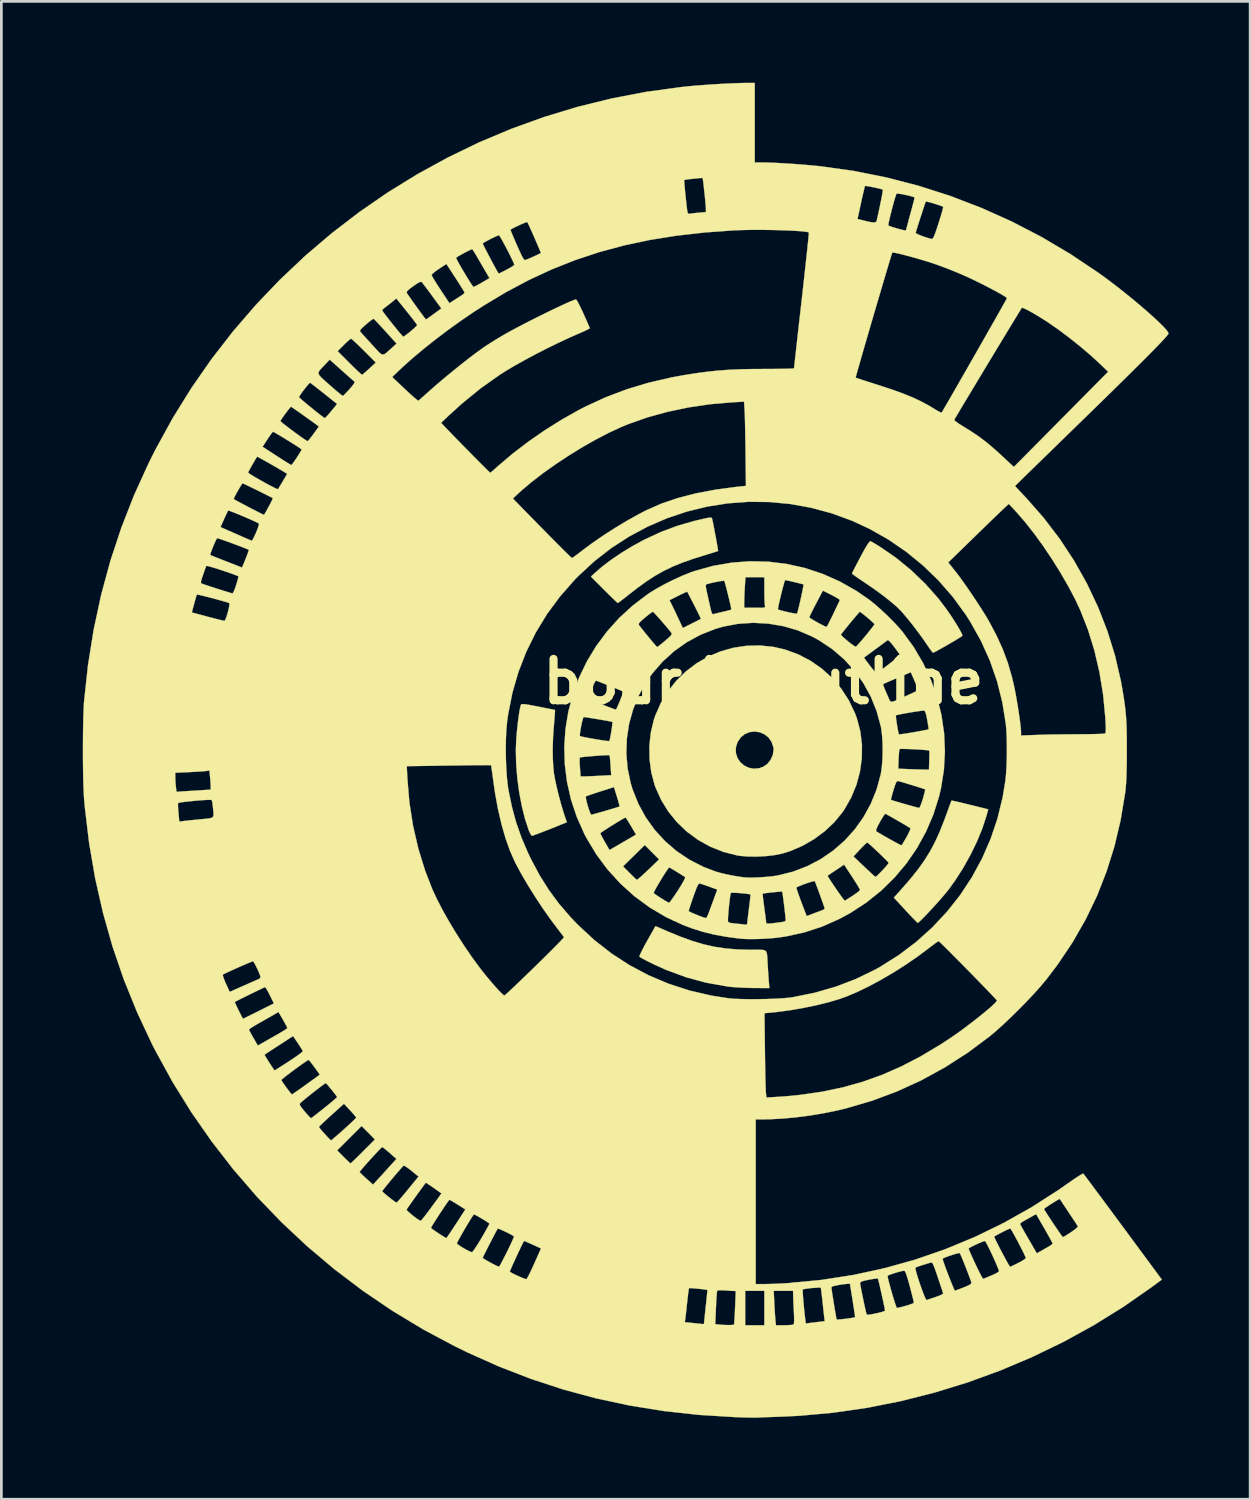
<source format=kicad_pcb>
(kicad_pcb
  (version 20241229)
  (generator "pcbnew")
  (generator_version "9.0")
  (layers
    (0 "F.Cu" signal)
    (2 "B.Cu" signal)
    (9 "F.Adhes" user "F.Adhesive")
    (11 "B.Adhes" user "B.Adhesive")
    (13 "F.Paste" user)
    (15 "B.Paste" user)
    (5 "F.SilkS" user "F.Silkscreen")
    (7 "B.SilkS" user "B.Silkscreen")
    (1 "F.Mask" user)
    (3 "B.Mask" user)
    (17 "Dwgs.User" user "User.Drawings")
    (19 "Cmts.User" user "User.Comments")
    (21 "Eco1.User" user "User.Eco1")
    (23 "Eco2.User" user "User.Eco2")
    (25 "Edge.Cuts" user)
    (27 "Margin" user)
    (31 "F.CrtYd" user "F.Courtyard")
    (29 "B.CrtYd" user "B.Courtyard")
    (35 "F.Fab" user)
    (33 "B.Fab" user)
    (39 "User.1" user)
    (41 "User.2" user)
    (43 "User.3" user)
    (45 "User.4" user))
  (footprint "board-outline"
    (layer "F.Cu")
    (at 24.761 24.568)
    (property "Reference" "board-outline" (at 0.305 -2.515 0) (layer "F.SilkS") (effects (font (size 1.524 1.524) (thickness 0.3))))
    (attr through_hole)
    (fp_poly (pts (xy -3.226 6.684) (xy -2.749 6.88) (xy -2.313 7.038) (xy -1.903 7.161) (xy -1.503 7.251) (xy -1.098 7.312) (xy -0.673 7.349) (xy -0.212 7.363) (xy -0.098 7.363) (xy 0.106 7.362) (xy 0.25 7.364) (xy 0.346 7.38) (xy 0.404 7.42) (xy 0.434 7.495) (xy 0.448 7.614) (xy 0.457 7.788) (xy 0.462 7.892) (xy 0.474 8.083) (xy 0.487 8.281) (xy 0.499 8.455) (xy 0.504 8.519) (xy 0.526 8.774) (xy -0.052 8.771) (xy -0.284 8.766) (xy -0.527 8.756) (xy -0.755 8.742) (xy -0.946 8.725) (xy -1 8.718) (xy -1.78 8.581) (xy -2.537 8.377) (xy -3.274 8.106) (xy -3.703 7.912) (xy -3.882 7.824) (xy -4.038 7.745) (xy -4.16 7.679) (xy -4.238 7.634) (xy -4.26 7.617) (xy -4.251 7.575) (xy -4.211 7.483) (xy -4.147 7.352) (xy -4.062 7.191) (xy -3.976 7.036) (xy -3.669 6.492) (xy -3.226 6.684)) (stroke (width 0.01) (type solid)) (fill yes) (layer "F.SilkS"))
    (fp_poly (pts (xy 7.271 1.873) (xy 7.364 1.893) (xy 7.505 1.925) (xy 7.682 1.967) (xy 7.886 2.017) (xy 7.916 2.025) (xy 8.587 2.191) (xy 8.519 2.437) (xy 8.37 2.892) (xy 8.173 3.373) (xy 7.935 3.863) (xy 7.665 4.347) (xy 7.37 4.808) (xy 7.131 5.139) (xy 7.037 5.256) (xy 6.918 5.398) (xy 6.781 5.555) (xy 6.634 5.719) (xy 6.485 5.881) (xy 6.343 6.034) (xy 6.214 6.168) (xy 6.107 6.275) (xy 6.03 6.346) (xy 5.99 6.373) (xy 5.989 6.373) (xy 5.959 6.348) (xy 5.89 6.278) (xy 5.789 6.174) (xy 5.664 6.042) (xy 5.539 5.907) (xy 5.111 5.443) (xy 5.427 5.089) (xy 5.742 4.725) (xy 6.011 4.388) (xy 6.241 4.065) (xy 6.443 3.739) (xy 6.625 3.397) (xy 6.795 3.023) (xy 6.963 2.602) (xy 7.061 2.336) (xy 7.121 2.169) (xy 7.173 2.028) (xy 7.212 1.925) (xy 7.233 1.872) (xy 7.235 1.868) (xy 7.271 1.873)) (stroke (width 0.01) (type solid)) (fill yes) (layer "F.SilkS"))
    (fp_poly (pts (xy -8.453 -1.678) (xy -8.316 -1.656) (xy -8.124 -1.62) (xy -7.98 -1.592) (xy -7.368 -1.47) (xy -7.375 -1.348) (xy -7.38 -1.266) (xy -7.391 -1.132) (xy -7.404 -0.965) (xy -7.419 -0.793) (xy -7.443 -0.427) (xy -7.454 -0.059) (xy -7.451 0.292) (xy -7.435 0.611) (xy -7.407 0.879) (xy -7.402 0.907) (xy -7.361 1.13) (xy -7.302 1.396) (xy -7.231 1.685) (xy -7.154 1.972) (xy -7.077 2.236) (xy -7.02 2.413) (xy -6.933 2.666) (xy -7.556 2.916) (xy -7.753 2.994) (xy -7.929 3.062) (xy -8.072 3.116) (xy -8.172 3.152) (xy -8.218 3.165) (xy -8.219 3.165) (xy -8.251 3.135) (xy -8.295 3.056) (xy -8.335 2.965) (xy -8.474 2.545) (xy -8.592 2.073) (xy -8.688 1.568) (xy -8.758 1.045) (xy -8.8 0.523) (xy -8.812 0.017) (xy -8.798 -0.371) (xy -8.779 -0.606) (xy -8.756 -0.844) (xy -8.729 -1.073) (xy -8.701 -1.282) (xy -8.673 -1.458) (xy -8.646 -1.589) (xy -8.623 -1.663) (xy -8.62 -1.668) (xy -8.596 -1.683) (xy -8.544 -1.686) (xy -8.453 -1.678)) (stroke (width 0.01) (type solid)) (fill yes) (layer "F.SilkS"))
    (fp_poly (pts (xy -1.619 -8.553) (xy -1.594 -8.538) (xy -1.585 -8.517) (xy -1.57 -8.453) (xy -1.546 -8.34) (xy -1.517 -8.192) (xy -1.485 -8.023) (xy -1.451 -7.846) (xy -1.42 -7.676) (xy -1.394 -7.525) (xy -1.374 -7.408) (xy -1.364 -7.339) (xy -1.364 -7.325) (xy -1.4 -7.312) (xy -1.49 -7.282) (xy -1.624 -7.241) (xy -1.787 -7.191) (xy -1.841 -7.174) (xy -2.291 -7.033) (xy -2.686 -6.893) (xy -3.039 -6.749) (xy -3.365 -6.592) (xy -3.678 -6.415) (xy -3.993 -6.211) (xy -4.323 -5.973) (xy -4.634 -5.731) (xy -4.778 -5.617) (xy -4.902 -5.521) (xy -4.996 -5.45) (xy -5.05 -5.412) (xy -5.058 -5.408) (xy -5.087 -5.431) (xy -5.158 -5.498) (xy -5.263 -5.599) (xy -5.394 -5.727) (xy -5.543 -5.875) (xy -5.561 -5.894) (xy -6.046 -6.38) (xy -5.914 -6.506) (xy -5.632 -6.75) (xy -5.297 -7.003) (xy -4.922 -7.257) (xy -4.522 -7.501) (xy -4.11 -7.726) (xy -4.052 -7.755) (xy -3.462 -8.028) (xy -2.867 -8.25) (xy -2.242 -8.431) (xy -1.91 -8.508) (xy -1.763 -8.539) (xy -1.671 -8.554) (xy -1.619 -8.553)) (stroke (width 0.01) (type solid)) (fill yes) (layer "F.SilkS"))
    (fp_poly (pts (xy 4.254 -7.682) (xy 4.307 -7.655) (xy 4.402 -7.6) (xy 4.526 -7.525) (xy 4.602 -7.478) (xy 5.187 -7.076) (xy 5.746 -6.619) (xy 6.268 -6.118) (xy 6.741 -5.585) (xy 7.032 -5.203) (xy 7.165 -5.013) (xy 7.292 -4.823) (xy 7.407 -4.641) (xy 7.505 -4.479) (xy 7.579 -4.345) (xy 7.625 -4.25) (xy 7.635 -4.204) (xy 7.603 -4.178) (xy 7.521 -4.125) (xy 7.402 -4.052) (xy 7.258 -3.966) (xy 7.101 -3.874) (xy 6.943 -3.784) (xy 6.796 -3.702) (xy 6.674 -3.635) (xy 6.587 -3.591) (xy 6.549 -3.576) (xy 6.524 -3.603) (xy 6.468 -3.678) (xy 6.39 -3.789) (xy 6.302 -3.918) (xy 6.156 -4.128) (xy 5.983 -4.363) (xy 5.799 -4.604) (xy 5.616 -4.832) (xy 5.45 -5.03) (xy 5.369 -5.121) (xy 5.234 -5.255) (xy 5.049 -5.416) (xy 4.826 -5.596) (xy 4.575 -5.786) (xy 4.309 -5.977) (xy 4.044 -6.157) (xy 3.884 -6.264) (xy 3.746 -6.358) (xy 3.642 -6.433) (xy 3.58 -6.481) (xy 3.568 -6.494) (xy 3.584 -6.532) (xy 3.628 -6.621) (xy 3.695 -6.752) (xy 3.781 -6.916) (xy 3.879 -7.101) (xy 3.884 -7.111) (xy 4.001 -7.328) (xy 4.092 -7.488) (xy 4.16 -7.596) (xy 4.209 -7.659) (xy 4.243 -7.683) (xy 4.254 -7.682)) (stroke (width 0.01) (type solid)) (fill yes) (layer "F.SilkS"))
    (fp_poly (pts (xy 0.681 -3.792) (xy 1.101 -3.695) (xy 1.589 -3.517) (xy 2.045 -3.279) (xy 2.465 -2.986) (xy 2.844 -2.641) (xy 3.175 -2.25) (xy 3.456 -1.817) (xy 3.68 -1.348) (xy 3.75 -1.157) (xy 3.876 -0.681) (xy 3.936 -0.191) (xy 3.931 0.305) (xy 3.863 0.799) (xy 3.733 1.284) (xy 3.541 1.751) (xy 3.29 2.193) (xy 3.211 2.308) (xy 2.913 2.67) (xy 2.559 3.002) (xy 2.163 3.294) (xy 1.734 3.54) (xy 1.286 3.731) (xy 0.993 3.821) (xy 0.717 3.877) (xy 0.402 3.914) (xy 0.069 3.931) (xy -0.255 3.929) (xy -0.548 3.905) (xy -0.665 3.887) (xy -1.171 3.758) (xy -1.65 3.567) (xy -2.097 3.319) (xy -2.507 3.019) (xy -2.874 2.669) (xy -3.194 2.276) (xy -3.461 1.843) (xy -3.671 1.374) (xy -3.704 1.282) (xy -3.825 0.825) (xy -3.888 0.344) (xy -3.893 -0.074) (xy -0.711 -0.074) (xy -0.707 0.119) (xy -0.65 0.297) (xy -0.548 0.451) (xy -0.408 0.574) (xy -0.239 0.658) (xy -0.05 0.695) (xy 0.152 0.676) (xy 0.291 0.628) (xy 0.449 0.521) (xy 0.573 0.367) (xy 0.654 0.185) (xy 0.682 -0.007) (xy 0.673 -0.098) (xy 0.605 -0.299) (xy 0.49 -0.459) (xy 0.341 -0.576) (xy 0.169 -0.649) (xy -0.015 -0.675) (xy -0.2 -0.654) (xy -0.373 -0.584) (xy -0.525 -0.464) (xy -0.643 -0.291) (xy -0.652 -0.274) (xy -0.711 -0.074) (xy -3.893 -0.074) (xy -3.894 -0.146) (xy -3.843 -0.63) (xy -3.734 -1.093) (xy -3.68 -1.254) (xy -3.472 -1.727) (xy -3.209 -2.16) (xy -2.898 -2.55) (xy -2.544 -2.894) (xy -2.153 -3.19) (xy -1.729 -3.435) (xy -1.278 -3.625) (xy -0.807 -3.759) (xy -0.319 -3.833) (xy 0.178 -3.845) (xy 0.681 -3.792)) (stroke (width 0.01) (type solid)) (fill yes) (layer "F.SilkS"))
    (fp_poly (pts (xy 0.494 -6.93) (xy 1.172 -6.846) (xy 1.838 -6.697) (xy 2.489 -6.481) (xy 3.121 -6.201) (xy 3.73 -5.856) (xy 4.213 -5.523) (xy 4.413 -5.362) (xy 4.639 -5.163) (xy 4.873 -4.943) (xy 5.098 -4.718) (xy 5.298 -4.504) (xy 5.429 -4.35) (xy 5.84 -3.788) (xy 6.189 -3.195) (xy 6.477 -2.576) (xy 6.703 -1.937) (xy 6.864 -1.282) (xy 6.961 -0.617) (xy 6.991 0.055) (xy 6.955 0.729) (xy 6.85 1.398) (xy 6.775 1.719) (xy 6.566 2.382) (xy 6.294 3.016) (xy 5.963 3.618) (xy 5.574 4.183) (xy 5.132 4.708) (xy 4.64 5.189) (xy 4.099 5.623) (xy 3.514 6.005) (xy 3.109 6.225) (xy 2.471 6.508) (xy 1.814 6.723) (xy 1.135 6.872) (xy 0.781 6.922) (xy 0.541 6.944) (xy 0.277 6.96) (xy 0.009 6.968) (xy -0.243 6.969) (xy -0.457 6.961) (xy -0.56 6.952) (xy -1.061 6.885) (xy -1.511 6.803) (xy -1.926 6.701) (xy -2.323 6.576) (xy -2.654 6.451) (xy -3.032 6.275) (xy -1.001 6.275) (xy -0.998 6.319) (xy -0.98 6.348) (xy -0.935 6.367) (xy -0.849 6.383) (xy -0.708 6.398) (xy -0.674 6.402) (xy -0.529 6.417) (xy -0.41 6.43) (xy -0.337 6.439) (xy -0.321 6.441) (xy -0.296 6.418) (xy -0.293 6.402) (xy -0.288 6.353) (xy -0.276 6.247) (xy -0.258 6.099) (xy -0.236 5.922) (xy -0.227 5.846) (xy -0.204 5.665) (xy -0.186 5.511) (xy -0.174 5.397) (xy -0.168 5.335) (xy -0.169 5.327) (xy -0.21 5.315) (xy -0.303 5.301) (xy -0.324 5.298) (xy 0.278 5.298) (xy 0.28 5.334) (xy 0.289 5.427) (xy 0.306 5.565) (xy 0.328 5.737) (xy 0.34 5.828) (xy 0.365 6.013) (xy 0.386 6.174) (xy 0.401 6.297) (xy 0.41 6.37) (xy 0.411 6.383) (xy 0.428 6.396) (xy 0.484 6.4) (xy 0.586 6.393) (xy 0.742 6.375) (xy 0.96 6.346) (xy 0.975 6.344) (xy 1.073 6.326) (xy 1.117 6.3) (xy 1.127 6.254) (xy 1.125 6.234) (xy 1.105 6.042) (xy 1.083 5.844) (xy 1.06 5.654) (xy 1.038 5.484) (xy 1.019 5.346) (xy 1.005 5.254) (xy 0.997 5.221) (xy 0.959 5.22) (xy 0.87 5.226) (xy 0.748 5.237) (xy 0.611 5.251) (xy 0.477 5.266) (xy 0.365 5.281) (xy 0.294 5.293) (xy 0.278 5.298) (xy -0.324 5.298) (xy -0.428 5.287) (xy -0.567 5.275) (xy -0.701 5.266) (xy -0.811 5.263) (xy -0.88 5.265) (xy -0.892 5.269) (xy -0.905 5.312) (xy -0.921 5.41) (xy -0.939 5.548) (xy -0.957 5.709) (xy -0.974 5.878) (xy -0.988 6.039) (xy -0.998 6.177) (xy -1.001 6.275) (xy -3.032 6.275) (xy -3.29 6.155) (xy -3.662 5.934) (xy -2.447 5.934) (xy -2.416 5.957) (xy -2.337 5.997) (xy -2.225 6.045) (xy -2.099 6.097) (xy -1.976 6.144) (xy -1.873 6.179) (xy -1.807 6.196) (xy -1.806 6.196) (xy -1.782 6.168) (xy -1.743 6.09) (xy -1.705 5.996) (xy -1.658 5.868) (xy -1.597 5.703) (xy -1.533 5.53) (xy -1.511 5.469) (xy -1.393 5.146) (xy -1.604 5.069) (xy 1.522 5.069) (xy 1.529 5.109) (xy 1.557 5.203) (xy 1.604 5.339) (xy 1.664 5.505) (xy 1.703 5.609) (xy 1.899 6.123) (xy 2.134 6.033) (xy 2.267 5.983) (xy 2.388 5.938) (xy 2.466 5.909) (xy 2.535 5.876) (xy 2.563 5.847) (xy 2.551 5.804) (xy 2.52 5.71) (xy 2.475 5.579) (xy 2.42 5.427) (xy 2.362 5.266) (xy 2.305 5.112) (xy 2.255 4.979) (xy 2.217 4.881) (xy 2.196 4.833) (xy 2.194 4.831) (xy 2.156 4.835) (xy 2.07 4.859) (xy 1.953 4.896) (xy 1.824 4.941) (xy 1.699 4.988) (xy 1.596 5.03) (xy 1.533 5.061) (xy 1.522 5.069) (xy -1.604 5.069) (xy -1.684 5.04) (xy -1.823 4.991) (xy -1.943 4.951) (xy -2.022 4.927) (xy -2.038 4.923) (xy -2.066 4.929) (xy -2.097 4.964) (xy -2.135 5.037) (xy -2.183 5.156) (xy -2.247 5.33) (xy -2.274 5.405) (xy -2.335 5.581) (xy -2.386 5.735) (xy -2.424 5.853) (xy -2.444 5.922) (xy -2.447 5.934) (xy -3.662 5.934) (xy -3.889 5.8) (xy -4.447 5.389) (xy -4.574 5.275) (xy -3.736 5.275) (xy -3.687 5.313) (xy -3.599 5.374) (xy -3.489 5.446) (xy -3.374 5.518) (xy -3.271 5.58) (xy -3.197 5.621) (xy -3.17 5.632) (xy -3.14 5.603) (xy -3.079 5.526) (xy -2.996 5.409) (xy -2.898 5.262) (xy -2.838 5.171) (xy -2.734 5.005) (xy -2.652 4.864) (xy -2.597 4.759) (xy -2.575 4.698) (xy -2.577 4.688) (xy -2.677 4.622) (xy -2.797 4.547) (xy -2.92 4.471) (xy -3.032 4.403) (xy -3.117 4.353) (xy -3.161 4.33) (xy -3.163 4.329) (xy -3.191 4.358) (xy -3.245 4.434) (xy -3.319 4.546) (xy -3.404 4.681) (xy -3.493 4.827) (xy -3.578 4.97) (xy -3.652 5.099) (xy -3.706 5.201) (xy -3.734 5.262) (xy -3.736 5.275) (xy -4.574 5.275) (xy -4.961 4.925) (xy -5.429 4.412) (xy -5.519 4.291) (xy -4.863 4.291) (xy -4.617 4.539) (xy -4.512 4.644) (xy -4.426 4.727) (xy -4.371 4.778) (xy -4.357 4.788) (xy -4.325 4.767) (xy -4.258 4.714) (xy -4.215 4.677) (xy -4.135 4.605) (xy -4.022 4.5) (xy -3.893 4.379) (xy -3.812 4.301) (xy -3.536 4.035) (xy -3.8 3.771) (xy -4.064 3.506) (xy -4.464 3.899) (xy -4.863 4.291) (xy -5.519 4.291) (xy -5.846 3.852) (xy -6.209 3.249) (xy -6.289 3.095) (xy -6.3 3.071) (xy -5.699 3.071) (xy -5.684 3.112) (xy -5.64 3.2) (xy -5.576 3.318) (xy -5.532 3.396) (xy -5.361 3.691) (xy -5.253 3.627) (xy -5.181 3.584) (xy -5.063 3.516) (xy -4.918 3.431) (xy -4.765 3.342) (xy -4.385 3.122) (xy -4.46 2.994) (xy -4.575 2.799) (xy -4.66 2.659) (xy -4.718 2.566) (xy -4.755 2.514) (xy -4.774 2.495) (xy -4.776 2.495) (xy -4.816 2.513) (xy -4.902 2.56) (xy -5.02 2.63) (xy -5.157 2.714) (xy -5.302 2.804) (xy -5.441 2.892) (xy -5.562 2.971) (xy -5.651 3.031) (xy -5.696 3.067) (xy -5.699 3.071) (xy -6.3 3.071) (xy -6.569 2.467) (xy -6.782 1.827) (xy -6.797 1.759) (xy -6.235 1.759) (xy -6.219 1.849) (xy -6.189 1.969) (xy -6.152 2.1) (xy -6.112 2.224) (xy -6.074 2.324) (xy -6.044 2.382) (xy -6.034 2.389) (xy -5.991 2.38) (xy -5.894 2.354) (xy -5.754 2.315) (xy -5.584 2.266) (xy -5.504 2.243) (xy -5.328 2.191) (xy -5.177 2.146) (xy -5.064 2.111) (xy -5.001 2.09) (xy -4.992 2.087) (xy -4.997 2.051) (xy -5.019 1.962) (xy -5.055 1.836) (xy -5.089 1.725) (xy -5.198 1.373) (xy -5.701 1.532) (xy -5.88 1.589) (xy -6.034 1.641) (xy -6.152 1.683) (xy -6.221 1.71) (xy -6.232 1.717) (xy -6.235 1.759) (xy -6.797 1.759) (xy -6.928 1.178) (xy -7.01 0.524) (xy -7.013 0.422) (xy -6.463 0.422) (xy -6.458 0.555) (xy -6.452 0.641) (xy -6.427 0.978) (xy -6.294 0.978) (xy -6.207 0.976) (xy -6.068 0.971) (xy -5.899 0.963) (xy -5.731 0.955) (xy -5.3 0.932) (xy -5.324 0.575) (xy -5.335 0.424) (xy -5.346 0.301) (xy -5.355 0.221) (xy -5.359 0.201) (xy -5.396 0.196) (xy -5.488 0.198) (xy -5.621 0.204) (xy -5.78 0.214) (xy -5.95 0.227) (xy -6.117 0.241) (xy -6.265 0.255) (xy -6.38 0.268) (xy -6.446 0.28) (xy -6.457 0.284) (xy -6.463 0.326) (xy -6.463 0.422) (xy -7.013 0.422) (xy -7.02 0.142) (xy -4.742 0.142) (xy -4.694 0.694) (xy -4.579 1.237) (xy -4.511 1.46) (xy -4.296 1.995) (xy -4.022 2.494) (xy -3.693 2.952) (xy -3.312 3.367) (xy -2.884 3.734) (xy -2.412 4.05) (xy -1.9 4.311) (xy -1.459 4.48) (xy -1.272 4.533) (xy -1.039 4.588) (xy -0.784 4.638) (xy -0.53 4.679) (xy -0.401 4.696) (xy -0.262 4.704) (xy -0.073 4.704) (xy 0.145 4.696) (xy 0.373 4.681) (xy 0.589 4.661) (xy 0.775 4.637) (xy 0.799 4.633) (xy 2.672 4.633) (xy 2.685 4.665) (xy 2.731 4.743) (xy 2.802 4.853) (xy 2.89 4.985) (xy 2.986 5.126) (xy 3.082 5.264) (xy 3.17 5.388) (xy 3.243 5.485) (xy 3.291 5.544) (xy 3.305 5.556) (xy 3.343 5.533) (xy 3.425 5.481) (xy 3.537 5.409) (xy 3.598 5.37) (xy 3.716 5.289) (xy 3.808 5.219) (xy 3.86 5.171) (xy 3.867 5.158) (xy 3.848 5.118) (xy 3.797 5.03) (xy 3.721 4.906) (xy 3.625 4.756) (xy 3.573 4.675) (xy 3.279 4.227) (xy 2.983 4.425) (xy 2.857 4.508) (xy 2.754 4.577) (xy 2.689 4.621) (xy 2.672 4.633) (xy 0.799 4.633) (xy 0.835 4.627) (xy 1.394 4.486) (xy 1.924 4.283) (xy 2.42 4.023) (xy 2.564 3.924) (xy 3.623 3.924) (xy 4.019 4.302) (xy 4.156 4.431) (xy 4.276 4.542) (xy 4.368 4.626) (xy 4.425 4.673) (xy 4.437 4.681) (xy 4.469 4.657) (xy 4.537 4.593) (xy 4.631 4.499) (xy 4.695 4.432) (xy 4.794 4.324) (xy 4.87 4.234) (xy 4.914 4.175) (xy 4.919 4.159) (xy 4.889 4.122) (xy 4.818 4.049) (xy 4.719 3.951) (xy 4.603 3.839) (xy 4.479 3.721) (xy 4.359 3.609) (xy 4.255 3.514) (xy 4.176 3.445) (xy 4.135 3.413) (xy 4.132 3.412) (xy 4.097 3.436) (xy 4.026 3.501) (xy 3.931 3.596) (xy 3.863 3.668) (xy 3.623 3.924) (xy 2.564 3.924) (xy 2.879 3.708) (xy 3.297 3.343) (xy 3.618 2.988) (xy 4.456 2.988) (xy 4.46 2.996) (xy 4.502 3.024) (xy 4.59 3.077) (xy 4.711 3.148) (xy 4.853 3.229) (xy 5.001 3.312) (xy 5.142 3.39) (xy 5.262 3.455) (xy 5.349 3.5) (xy 5.387 3.517) (xy 5.412 3.489) (xy 5.462 3.412) (xy 5.529 3.299) (xy 5.577 3.216) (xy 5.647 3.083) (xy 5.696 2.975) (xy 5.718 2.904) (xy 5.716 2.885) (xy 5.672 2.856) (xy 5.583 2.801) (xy 5.461 2.728) (xy 5.32 2.646) (xy 5.173 2.562) (xy 5.034 2.482) (xy 4.915 2.416) (xy 4.83 2.371) (xy 4.792 2.354) (xy 4.792 2.354) (xy 4.765 2.383) (xy 4.713 2.46) (xy 4.644 2.573) (xy 4.596 2.657) (xy 4.509 2.82) (xy 4.462 2.929) (xy 4.456 2.988) (xy 3.618 2.988) (xy 3.669 2.931) (xy 3.992 2.477) (xy 4.262 1.985) (xy 4.32 1.841) (xy 5.003 1.841) (xy 5.04 1.855) (xy 5.13 1.883) (xy 5.259 1.921) (xy 5.413 1.966) (xy 5.576 2.013) (xy 5.734 2.058) (xy 5.874 2.096) (xy 5.979 2.125) (xy 6.036 2.138) (xy 6.04 2.139) (xy 6.066 2.109) (xy 6.104 2.025) (xy 6.148 1.901) (xy 6.178 1.806) (xy 6.218 1.663) (xy 6.248 1.548) (xy 6.263 1.475) (xy 6.263 1.457) (xy 6.226 1.442) (xy 6.136 1.412) (xy 6.008 1.371) (xy 5.856 1.323) (xy 5.695 1.274) (xy 5.54 1.227) (xy 5.406 1.187) (xy 5.307 1.159) (xy 5.261 1.148) (xy 5.229 1.155) (xy 5.197 1.197) (xy 5.161 1.283) (xy 5.114 1.424) (xy 5.096 1.484) (xy 5.054 1.629) (xy 5.022 1.747) (xy 5.005 1.822) (xy 5.003 1.841) (xy 4.32 1.841) (xy 4.476 1.457) (xy 4.628 0.899) (xy 4.63 0.89) (xy 4.66 0.693) (xy 5.271 0.693) (xy 5.548 0.705) (xy 5.731 0.712) (xy 5.938 0.719) (xy 6.114 0.724) (xy 6.403 0.731) (xy 6.414 0.387) (xy 6.418 0.239) (xy 6.419 0.119) (xy 6.418 0.044) (xy 6.415 0.027) (xy 6.377 0.017) (xy 6.283 0.007) (xy 6.149 -0.004) (xy 5.989 -0.015) (xy 5.818 -0.024) (xy 5.652 -0.031) (xy 5.506 -0.035) (xy 5.393 -0.036) (xy 5.33 -0.033) (xy 5.323 -0.03) (xy 5.311 0.013) (xy 5.3 0.111) (xy 5.29 0.246) (xy 5.285 0.343) (xy 5.271 0.693) (xy 4.66 0.693) (xy 4.666 0.655) (xy 4.689 0.373) (xy 4.698 0.067) (xy 4.694 -0.243) (xy 4.676 -0.534) (xy 4.645 -0.784) (xy 4.632 -0.857) (xy 4.53 -1.23) (xy 5.185 -1.23) (xy 5.194 -1.14) (xy 5.211 -1.018) (xy 5.232 -0.882) (xy 5.255 -0.751) (xy 5.277 -0.644) (xy 5.295 -0.579) (xy 5.299 -0.571) (xy 5.335 -0.571) (xy 5.425 -0.583) (xy 5.556 -0.602) (xy 5.713 -0.628) (xy 5.881 -0.656) (xy 6.046 -0.686) (xy 6.194 -0.714) (xy 6.31 -0.737) (xy 6.379 -0.754) (xy 6.392 -0.76) (xy 6.389 -0.796) (xy 6.376 -0.886) (xy 6.355 -1.014) (xy 6.34 -1.103) (xy 6.304 -1.282) (xy 6.27 -1.394) (xy 6.238 -1.444) (xy 6.23 -1.447) (xy 6.176 -1.445) (xy 6.072 -1.432) (xy 5.931 -1.412) (xy 5.769 -1.386) (xy 5.602 -1.357) (xy 5.444 -1.329) (xy 5.312 -1.303) (xy 5.221 -1.282) (xy 5.186 -1.269) (xy 5.185 -1.23) (xy 4.53 -1.23) (xy 4.478 -1.422) (xy 4.263 -1.957) (xy 4.021 -2.398) (xy 4.718 -2.398) (xy 4.738 -2.334) (xy 4.781 -2.225) (xy 4.85 -2.063) (xy 4.896 -1.959) (xy 4.931 -1.876) (xy 4.959 -1.817) (xy 4.99 -1.781) (xy 5.034 -1.771) (xy 5.103 -1.785) (xy 5.205 -1.825) (xy 5.352 -1.89) (xy 5.553 -1.982) (xy 5.561 -1.985) (xy 5.717 -2.057) (xy 5.85 -2.119) (xy 5.945 -2.166) (xy 5.991 -2.191) (xy 5.992 -2.192) (xy 5.989 -2.232) (xy 5.961 -2.321) (xy 5.914 -2.445) (xy 5.875 -2.537) (xy 5.733 -2.859) (xy 5.233 -2.648) (xy 5.059 -2.574) (xy 4.91 -2.51) (xy 4.797 -2.46) (xy 4.731 -2.43) (xy 4.719 -2.424) (xy 4.718 -2.398) (xy 4.021 -2.398) (xy 3.99 -2.456) (xy 3.66 -2.917) (xy 3.279 -3.335) (xy 3.208 -3.396) (xy 4.008 -3.396) (xy 4.229 -3.1) (xy 4.326 -2.977) (xy 4.409 -2.884) (xy 4.467 -2.833) (xy 4.488 -2.827) (xy 4.529 -2.856) (xy 4.614 -2.919) (xy 4.734 -3.008) (xy 4.876 -3.116) (xy 4.937 -3.163) (xy 5.096 -3.288) (xy 5.218 -3.392) (xy 5.297 -3.468) (xy 5.325 -3.512) (xy 5.324 -3.516) (xy 5.294 -3.56) (xy 5.232 -3.646) (xy 5.149 -3.758) (xy 5.109 -3.812) (xy 5 -3.948) (xy 4.923 -4.024) (xy 4.879 -4.038) (xy 4.877 -4.037) (xy 4.836 -4.006) (xy 4.749 -3.942) (xy 4.628 -3.852) (xy 4.483 -3.746) (xy 4.423 -3.701) (xy 4.008 -3.396) (xy 3.208 -3.396) (xy 2.848 -3.706) (xy 2.371 -4.026) (xy 2.091 -4.179) (xy 1.942 -4.243) (xy 3.162 -4.243) (xy 3.188 -4.206) (xy 3.256 -4.14) (xy 3.351 -4.057) (xy 3.458 -3.969) (xy 3.562 -3.889) (xy 3.648 -3.828) (xy 3.701 -3.799) (xy 3.709 -3.798) (xy 3.743 -3.827) (xy 3.812 -3.902) (xy 3.908 -4.011) (xy 4.022 -4.145) (xy 4.071 -4.204) (xy 4.186 -4.347) (xy 4.284 -4.47) (xy 4.356 -4.565) (xy 4.393 -4.62) (xy 4.397 -4.629) (xy 4.372 -4.661) (xy 4.307 -4.723) (xy 4.216 -4.804) (xy 4.112 -4.892) (xy 4.01 -4.975) (xy 3.924 -5.042) (xy 3.867 -5.081) (xy 3.852 -5.085) (xy 3.781 -5.005) (xy 3.687 -4.894) (xy 3.579 -4.766) (xy 3.467 -4.631) (xy 3.361 -4.5) (xy 3.269 -4.386) (xy 3.2 -4.298) (xy 3.165 -4.249) (xy 3.162 -4.243) (xy 1.942 -4.243) (xy 1.577 -4.399) (xy 1.041 -4.556) (xy 0.49 -4.649) (xy -0.067 -4.679) (xy -0.622 -4.643) (xy -1.166 -4.541) (xy -1.477 -4.451) (xy -2.014 -4.237) (xy -2.519 -3.963) (xy -2.985 -3.632) (xy -3.408 -3.248) (xy -3.783 -2.816) (xy -4.008 -2.497) (xy -4.282 -2.008) (xy -4.493 -1.492) (xy -4.641 -0.957) (xy -4.724 -0.41) (xy -4.742 0.142) (xy -7.02 0.142) (xy -7.028 -0.129) (xy -7 -0.527) (xy -6.455 -0.527) (xy -6.45 -0.509) (xy -6.409 -0.495) (xy -6.314 -0.473) (xy -6.179 -0.446) (xy -6.02 -0.417) (xy -5.851 -0.388) (xy -5.688 -0.361) (xy -5.544 -0.34) (xy -5.435 -0.326) (xy -5.376 -0.322) (xy -5.37 -0.324) (xy -5.354 -0.366) (xy -5.333 -0.461) (xy -5.309 -0.594) (xy -5.294 -0.68) (xy -5.273 -0.825) (xy -5.259 -0.942) (xy -5.254 -1.014) (xy -5.255 -1.03) (xy -5.292 -1.039) (xy -5.383 -1.057) (xy -5.515 -1.081) (xy -5.671 -1.109) (xy -5.838 -1.137) (xy -6 -1.163) (xy -6.143 -1.186) (xy -6.252 -1.202) (xy -6.312 -1.208) (xy -6.313 -1.208) (xy -6.332 -1.177) (xy -6.358 -1.093) (xy -6.386 -0.976) (xy -6.413 -0.843) (xy -6.436 -0.711) (xy -6.451 -0.6) (xy -6.455 -0.527) (xy -7 -0.527) (xy -6.983 -0.779) (xy -6.876 -1.42) (xy -6.745 -1.912) (xy -6.146 -1.912) (xy -6.145 -1.897) (xy -6.101 -1.872) (xy -6.008 -1.828) (xy -5.88 -1.772) (xy -5.729 -1.709) (xy -5.57 -1.645) (xy -5.417 -1.585) (xy -5.283 -1.535) (xy -5.182 -1.499) (xy -5.128 -1.484) (xy -5.123 -1.485) (xy -5.1 -1.526) (xy -5.058 -1.617) (xy -5.004 -1.743) (xy -4.971 -1.822) (xy -4.917 -1.957) (xy -4.876 -2.065) (xy -4.855 -2.131) (xy -4.853 -2.145) (xy -4.891 -2.163) (xy -4.98 -2.201) (xy -5.107 -2.254) (xy -5.257 -2.315) (xy -5.416 -2.379) (xy -5.569 -2.44) (xy -5.704 -2.492) (xy -5.805 -2.531) (xy -5.859 -2.549) (xy -5.863 -2.55) (xy -5.888 -2.52) (xy -5.93 -2.441) (xy -5.982 -2.33) (xy -6.037 -2.205) (xy -6.087 -2.082) (xy -6.126 -1.979) (xy -6.146 -1.912) (xy -6.745 -1.912) (xy -6.709 -2.049) (xy -6.483 -2.661) (xy -6.199 -3.251) (xy -5.857 -3.817) (xy -5.46 -4.352) (xy -5.226 -4.613) (xy -4.284 -4.613) (xy -4.272 -4.591) (xy -4.216 -4.517) (xy -4.133 -4.412) (xy -4.034 -4.288) (xy -3.926 -4.157) (xy -3.821 -4.03) (xy -3.728 -3.919) (xy -3.655 -3.835) (xy -3.613 -3.791) (xy -3.608 -3.787) (xy -3.574 -3.807) (xy -3.499 -3.865) (xy -3.395 -3.949) (xy -3.314 -4.017) (xy -3.191 -4.124) (xy -3.115 -4.197) (xy -3.078 -4.246) (xy -3.072 -4.283) (xy -3.088 -4.315) (xy -3.146 -4.39) (xy -3.231 -4.494) (xy -3.334 -4.615) (xy -3.444 -4.743) (xy -3.552 -4.866) (xy -3.648 -4.971) (xy -3.721 -5.049) (xy -3.761 -5.086) (xy -3.765 -5.088) (xy -3.803 -5.067) (xy -3.881 -5.011) (xy -3.987 -4.928) (xy -4.055 -4.871) (xy -4.176 -4.767) (xy -4.248 -4.697) (xy -4.282 -4.649) (xy -4.284 -4.613) (xy -5.226 -4.613) (xy -5.009 -4.854) (xy -4.503 -5.318) (xy -4.247 -5.512) (xy -3.153 -5.512) (xy -3.082 -5.372) (xy -3.038 -5.283) (xy -2.973 -5.149) (xy -2.898 -4.991) (xy -2.836 -4.86) (xy -2.662 -4.488) (xy -2.334 -4.652) (xy -2.197 -4.72) (xy -2.086 -4.777) (xy -2.015 -4.814) (xy -1.996 -4.825) (xy -2.008 -4.856) (xy -2.02 -4.882) (xy 1.998 -4.882) (xy 2.027 -4.855) (xy 2.103 -4.805) (xy 2.209 -4.742) (xy 2.33 -4.674) (xy 2.45 -4.61) (xy 2.551 -4.56) (xy 2.619 -4.531) (xy 2.633 -4.528) (xy 2.654 -4.558) (xy 2.699 -4.641) (xy 2.762 -4.766) (xy 2.839 -4.921) (xy 2.88 -5.007) (xy 2.961 -5.176) (xy 3.031 -5.323) (xy 3.084 -5.436) (xy 3.115 -5.503) (xy 3.121 -5.516) (xy 3.096 -5.543) (xy 3.021 -5.592) (xy 2.907 -5.657) (xy 2.814 -5.705) (xy 2.497 -5.864) (xy 2.247 -5.392) (xy 2.161 -5.225) (xy 2.087 -5.078) (xy 2.032 -4.965) (xy 2.002 -4.896) (xy 1.998 -4.882) (xy -2.02 -4.882) (xy -2.047 -4.937) (xy -2.105 -5.055) (xy -2.176 -5.197) (xy -2.253 -5.35) (xy -2.33 -5.5) (xy -2.4 -5.636) (xy -2.457 -5.744) (xy -2.493 -5.81) (xy -2.502 -5.824) (xy -2.535 -5.814) (xy -2.617 -5.778) (xy -2.734 -5.722) (xy -2.832 -5.674) (xy -3.153 -5.512) (xy -4.247 -5.512) (xy -3.946 -5.74) (xy -3.893 -5.776) (xy -3.64 -5.932) (xy -3.399 -6.065) (xy -1.816 -6.065) (xy -1.811 -5.985) (xy -1.785 -5.848) (xy -1.776 -5.807) (xy -1.735 -5.624) (xy -1.689 -5.42) (xy -1.653 -5.256) (xy -1.619 -5.117) (xy -1.592 -5.035) (xy -1.564 -5.001) (xy -1.535 -4.999) (xy -1.475 -5.015) (xy -1.366 -5.042) (xy -1.23 -5.074) (xy -1.184 -5.085) (xy -1.049 -5.117) (xy -0.944 -5.144) (xy -0.884 -5.162) (xy -0.877 -5.166) (xy -0.879 -5.191) (xy 0.842 -5.191) (xy 0.843 -5.175) (xy 0.887 -5.156) (xy 0.979 -5.129) (xy 1.102 -5.098) (xy 1.237 -5.066) (xy 1.366 -5.039) (xy 1.471 -5.021) (xy 1.534 -5.014) (xy 1.543 -5.016) (xy 1.558 -5.056) (xy 1.584 -5.153) (xy 1.619 -5.293) (xy 1.659 -5.465) (xy 1.68 -5.559) (xy 1.719 -5.741) (xy 1.751 -5.896) (xy 1.773 -6.014) (xy 1.783 -6.081) (xy 1.782 -6.092) (xy 1.745 -6.104) (xy 1.658 -6.127) (xy 1.54 -6.157) (xy 1.407 -6.189) (xy 1.28 -6.218) (xy 1.176 -6.241) (xy 1.115 -6.253) (xy 1.107 -6.254) (xy 1.092 -6.222) (xy 1.065 -6.135) (xy 1.03 -6.008) (xy 0.99 -5.854) (xy 0.949 -5.689) (xy 0.91 -5.525) (xy 0.877 -5.378) (xy 0.853 -5.262) (xy 0.842 -5.191) (xy -0.879 -5.191) (xy -0.88 -5.203) (xy -0.886 -5.231) (xy -0.401 -5.231) (xy -0.009 -5.231) (xy 0.162 -5.231) (xy 0.273 -5.234) (xy 0.337 -5.243) (xy 0.365 -5.258) (xy 0.369 -5.284) (xy 0.362 -5.31) (xy 0.354 -5.374) (xy 0.348 -5.493) (xy 0.343 -5.65) (xy 0.341 -5.832) (xy 0.341 -5.875) (xy 0.34 -6.36) (xy -0.355 -6.36) (xy -0.378 -6.016) (xy -0.388 -5.835) (xy -0.396 -5.651) (xy -0.4 -5.495) (xy -0.401 -5.451) (xy -0.401 -5.231) (xy -0.886 -5.231) (xy -0.898 -5.294) (xy -0.927 -5.424) (xy -0.963 -5.579) (xy -1.004 -5.744) (xy -1.044 -5.905) (xy -1.082 -6.047) (xy -1.113 -6.156) (xy -1.134 -6.218) (xy -1.138 -6.225) (xy -1.177 -6.226) (xy -1.267 -6.215) (xy -1.389 -6.193) (xy -1.525 -6.166) (xy -1.657 -6.136) (xy -1.767 -6.106) (xy -1.799 -6.096) (xy -1.816 -6.065) (xy -3.399 -6.065) (xy -3.341 -6.097) (xy -3.019 -6.259) (xy -2.695 -6.407) (xy -2.392 -6.53) (xy -2.238 -6.585) (xy -1.56 -6.774) (xy -0.875 -6.894) (xy -0.189 -6.946) (xy 0.494 -6.93)) (stroke (width 0.01) (type solid)) (fill yes) (layer "F.SilkS"))
    (fp_poly (pts (xy -0.013 -21.635) (xy 0.246 -21.635) (xy 0.463 -21.631) (xy 0.735 -21.621) (xy 1.044 -21.604) (xy 1.376 -21.583) (xy 1.713 -21.558) (xy 2.04 -21.53) (xy 2.341 -21.501) (xy 2.437 -21.491) (xy 3.648 -21.32) (xy 4.845 -21.081) (xy 6.027 -20.774) (xy 7.192 -20.401) (xy 8.335 -19.962) (xy 9.454 -19.459) (xy 10.546 -18.893) (xy 11.609 -18.264) (xy 12.639 -17.575) (xy 12.834 -17.435) (xy 13.105 -17.234) (xy 13.382 -17.021) (xy 13.659 -16.801) (xy 13.93 -16.58) (xy 14.191 -16.362) (xy 14.435 -16.151) (xy 14.656 -15.954) (xy 14.849 -15.774) (xy 15.009 -15.618) (xy 15.129 -15.489) (xy 15.203 -15.394) (xy 15.227 -15.339) (xy 15.212 -15.307) (xy 15.164 -15.245) (xy 15.082 -15.152) (xy 14.966 -15.026) (xy 14.812 -14.866) (xy 14.621 -14.67) (xy 14.39 -14.437) (xy 14.118 -14.165) (xy 13.803 -13.853) (xy 13.444 -13.499) (xy 13.04 -13.102) (xy 12.588 -12.66) (xy 12.088 -12.172) (xy 11.717 -11.811) (xy 11.429 -11.53) (xy 11.149 -11.257) (xy 10.882 -10.997) (xy 10.633 -10.755) (xy 10.408 -10.535) (xy 10.212 -10.344) (xy 10.05 -10.187) (xy 9.929 -10.068) (xy 9.852 -9.993) (xy 9.851 -9.991) (xy 9.572 -9.717) (xy 9.982 -9.282) (xy 10.627 -8.548) (xy 11.216 -7.776) (xy 11.748 -6.968) (xy 12.219 -6.13) (xy 12.629 -5.264) (xy 12.976 -4.374) (xy 13.258 -3.465) (xy 13.472 -2.539) (xy 13.53 -2.215) (xy 13.576 -1.931) (xy 13.613 -1.681) (xy 13.641 -1.451) (xy 13.661 -1.226) (xy 13.676 -0.992) (xy 13.685 -0.736) (xy 13.69 -0.442) (xy 13.691 -0.097) (xy 13.691 0.043) (xy 13.689 0.412) (xy 13.684 0.721) (xy 13.677 0.981) (xy 13.666 1.202) (xy 13.651 1.395) (xy 13.632 1.57) (xy 13.628 1.595) (xy 13.463 2.589) (xy 13.236 3.55) (xy 12.945 4.479) (xy 12.592 5.379) (xy 12.174 6.248) (xy 11.692 7.09) (xy 11.145 7.905) (xy 10.726 8.457) (xy 10.521 8.702) (xy 10.275 8.977) (xy 9.999 9.27) (xy 9.707 9.568) (xy 9.41 9.86) (xy 9.121 10.132) (xy 8.852 10.374) (xy 8.63 10.559) (xy 7.822 11.161) (xy 6.985 11.698) (xy 6.121 12.171) (xy 5.231 12.579) (xy 4.316 12.921) (xy 3.377 13.197) (xy 2.992 13.29) (xy 2.505 13.388) (xy 1.997 13.472) (xy 1.488 13.537) (xy 0.998 13.582) (xy 0.546 13.605) (xy 0.384 13.607) (xy 0.023 13.607) (xy 0.023 19.675) (xy 0.367 19.675) (xy 0.534 19.672) (xy 0.746 19.665) (xy 0.978 19.654) (xy 1.175 19.643) (xy 3.868 19.643) (xy 3.875 19.694) (xy 3.894 19.799) (xy 3.922 19.944) (xy 3.956 20.112) (xy 3.992 20.289) (xy 4.028 20.459) (xy 4.061 20.609) (xy 4.087 20.722) (xy 4.1 20.771) (xy 4.114 20.795) (xy 4.147 20.805) (xy 4.212 20.801) (xy 4.323 20.782) (xy 4.45 20.756) (xy 4.593 20.724) (xy 4.706 20.692) (xy 4.773 20.667) (xy 4.785 20.656) (xy 4.778 20.607) (xy 4.758 20.505) (xy 4.729 20.365) (xy 4.694 20.2) (xy 4.655 20.025) (xy 4.616 19.852) (xy 4.581 19.697) (xy 4.551 19.573) (xy 4.53 19.493) (xy 4.523 19.472) (xy 4.483 19.47) (xy 4.39 19.481) (xy 4.261 19.502) (xy 4.187 19.516) (xy 4.032 19.548) (xy 3.936 19.576) (xy 3.885 19.603) (xy 3.868 19.635) (xy 3.868 19.643) (xy 1.175 19.643) (xy 1.204 19.641) (xy 1.24 19.639) (xy 2.434 19.524) (xy 3.385 19.377) (xy 4.878 19.377) (xy 4.894 19.461) (xy 4.924 19.587) (xy 4.966 19.743) (xy 5.014 19.915) (xy 5.064 20.09) (xy 5.114 20.254) (xy 5.159 20.395) (xy 5.195 20.498) (xy 5.218 20.552) (xy 5.223 20.557) (xy 5.273 20.547) (xy 5.372 20.524) (xy 5.503 20.489) (xy 5.554 20.475) (xy 5.686 20.435) (xy 5.788 20.398) (xy 5.843 20.369) (xy 5.849 20.361) (xy 5.84 20.318) (xy 5.817 20.218) (xy 5.78 20.074) (xy 5.735 19.898) (xy 5.697 19.754) (xy 5.635 19.528) (xy 5.585 19.365) (xy 5.546 19.257) (xy 5.514 19.199) (xy 5.491 19.184) (xy 5.412 19.196) (xy 5.3 19.224) (xy 5.174 19.26) (xy 5.051 19.299) (xy 4.95 19.336) (xy 4.888 19.365) (xy 4.878 19.377) (xy 3.385 19.377) (xy 3.609 19.342) (xy 4.761 19.093) (xy 4.838 19.071) (xy 5.905 19.071) (xy 5.905 19.113) (xy 5.926 19.205) (xy 5.963 19.337) (xy 6.012 19.494) (xy 6.069 19.665) (xy 6.129 19.836) (xy 6.187 19.994) (xy 6.24 20.126) (xy 6.282 20.221) (xy 6.31 20.264) (xy 6.315 20.265) (xy 6.365 20.247) (xy 6.464 20.214) (xy 6.594 20.171) (xy 6.648 20.153) (xy 6.79 20.101) (xy 6.886 20.056) (xy 6.927 20.022) (xy 6.927 20.015) (xy 6.911 19.97) (xy 6.878 19.869) (xy 6.83 19.726) (xy 6.772 19.552) (xy 6.727 19.418) (xy 6.656 19.208) (xy 6.602 19.057) (xy 6.56 18.958) (xy 6.528 18.901) (xy 6.5 18.879) (xy 6.484 18.879) (xy 6.422 18.898) (xy 6.316 18.93) (xy 6.186 18.969) (xy 6.179 18.972) (xy 6.054 19.012) (xy 5.957 19.047) (xy 5.907 19.07) (xy 5.905 19.071) (xy 4.838 19.071) (xy 5.892 18.777) (xy 5.99 18.743) (xy 6.906 18.743) (xy 6.913 18.778) (xy 6.941 18.867) (xy 6.986 18.994) (xy 7.043 19.149) (xy 7.107 19.317) (xy 7.173 19.486) (xy 7.235 19.644) (xy 7.29 19.777) (xy 7.332 19.873) (xy 7.355 19.919) (xy 7.358 19.921) (xy 7.398 19.908) (xy 7.487 19.875) (xy 7.61 19.828) (xy 7.678 19.802) (xy 7.829 19.738) (xy 7.921 19.69) (xy 7.963 19.65) (xy 7.967 19.625) (xy 7.95 19.567) (xy 7.912 19.46) (xy 7.859 19.319) (xy 7.797 19.158) (xy 7.732 18.991) (xy 7.668 18.831) (xy 7.611 18.693) (xy 7.566 18.59) (xy 7.54 18.537) (xy 7.537 18.534) (xy 7.497 18.535) (xy 7.41 18.556) (xy 7.294 18.591) (xy 7.167 18.633) (xy 7.048 18.676) (xy 6.954 18.715) (xy 6.906 18.743) (xy 5.99 18.743) (xy 7 18.394) (xy 7.056 18.371) (xy 7.862 18.371) (xy 7.918 18.506) (xy 7.988 18.665) (xy 8.066 18.837) (xy 8.148 19.01) (xy 8.227 19.172) (xy 8.297 19.312) (xy 8.354 19.417) (xy 8.391 19.477) (xy 8.401 19.486) (xy 8.448 19.466) (xy 8.543 19.427) (xy 8.667 19.375) (xy 8.71 19.357) (xy 8.835 19.3) (xy 8.93 19.249) (xy 8.98 19.211) (xy 8.984 19.203) (xy 8.97 19.15) (xy 8.931 19.05) (xy 8.875 18.916) (xy 8.806 18.76) (xy 8.731 18.596) (xy 8.655 18.435) (xy 8.584 18.292) (xy 8.525 18.178) (xy 8.483 18.107) (xy 8.466 18.088) (xy 8.412 18.102) (xy 8.32 18.137) (xy 8.205 18.187) (xy 8.085 18.243) (xy 7.976 18.297) (xy 7.896 18.341) (xy 7.862 18.369) (xy 7.862 18.371) (xy 7.056 18.371) (xy 8.083 17.945) (xy 8.115 17.93) (xy 8.807 17.93) (xy 8.822 17.973) (xy 8.865 18.065) (xy 8.927 18.191) (xy 9.004 18.341) (xy 9.088 18.502) (xy 9.173 18.661) (xy 9.252 18.807) (xy 9.319 18.927) (xy 9.368 19.009) (xy 9.392 19.04) (xy 9.392 19.04) (xy 9.429 19.025) (xy 9.513 18.986) (xy 9.63 18.929) (xy 9.689 18.899) (xy 9.815 18.832) (xy 9.911 18.772) (xy 9.965 18.729) (xy 9.971 18.717) (xy 9.955 18.671) (xy 9.913 18.577) (xy 9.851 18.449) (xy 9.774 18.299) (xy 9.691 18.139) (xy 9.607 17.982) (xy 9.53 17.84) (xy 9.464 17.726) (xy 9.418 17.651) (xy 9.398 17.629) (xy 9.354 17.644) (xy 9.268 17.682) (xy 9.157 17.736) (xy 9.039 17.796) (xy 8.93 17.854) (xy 8.847 17.901) (xy 8.808 17.928) (xy 8.807 17.93) (xy 8.115 17.93) (xy 9.08 17.461) (xy 9.765 17.461) (xy 9.767 17.474) (xy 9.787 17.516) (xy 9.837 17.608) (xy 9.911 17.739) (xy 10.002 17.898) (xy 10.077 18.028) (xy 10.376 18.543) (xy 10.553 18.443) (xy 10.675 18.373) (xy 10.792 18.306) (xy 10.844 18.277) (xy 10.918 18.227) (xy 10.957 18.188) (xy 10.958 18.183) (xy 10.942 18.145) (xy 10.895 18.056) (xy 10.825 17.927) (xy 10.736 17.769) (xy 10.654 17.627) (xy 10.35 17.099) (xy 10.116 17.229) (xy 9.963 17.315) (xy 9.861 17.374) (xy 9.801 17.413) (xy 9.772 17.44) (xy 9.765 17.461) (xy 9.08 17.461) (xy 9.142 17.431) (xy 10.07 16.91) (xy 10.641 16.91) (xy 10.66 16.946) (xy 10.71 17.028) (xy 10.785 17.145) (xy 10.876 17.284) (xy 10.975 17.434) (xy 11.076 17.584) (xy 11.17 17.721) (xy 11.25 17.835) (xy 11.307 17.914) (xy 11.334 17.946) (xy 11.335 17.947) (xy 11.374 17.928) (xy 11.457 17.88) (xy 11.569 17.809) (xy 11.635 17.766) (xy 11.766 17.674) (xy 11.853 17.602) (xy 11.888 17.554) (xy 11.887 17.545) (xy 11.86 17.504) (xy 11.803 17.417) (xy 11.724 17.297) (xy 11.631 17.156) (xy 11.532 17.007) (xy 11.434 16.86) (xy 11.346 16.728) (xy 11.276 16.622) (xy 11.231 16.556) (xy 11.219 16.539) (xy 11.188 16.552) (xy 11.114 16.594) (xy 11.012 16.656) (xy 10.9 16.727) (xy 10.791 16.798) (xy 10.703 16.859) (xy 10.65 16.9) (xy 10.641 16.91) (xy 10.07 16.91) (xy 10.175 16.851) (xy 11.181 16.205) (xy 11.553 15.945) (xy 11.718 15.829) (xy 11.864 15.732) (xy 11.981 15.658) (xy 12.059 15.616) (xy 12.089 15.608) (xy 12.118 15.646) (xy 12.186 15.736) (xy 12.289 15.874) (xy 12.424 16.054) (xy 12.586 16.273) (xy 12.774 16.525) (xy 12.982 16.806) (xy 13.208 17.111) (xy 13.448 17.436) (xy 13.699 17.776) (xy 13.958 18.126) (xy 14.11 18.332) (xy 14.98 19.511) (xy 14.601 19.791) (xy 13.561 20.516) (xy 12.48 21.187) (xy 11.362 21.802) (xy 10.211 22.359) (xy 9.033 22.858) (xy 7.831 23.296) (xy 6.61 23.672) (xy 5.374 23.985) (xy 4.127 24.233) (xy 2.874 24.414) (xy 1.619 24.528) (xy 0.911 24.561) (xy 0.694 24.568) (xy 0.488 24.576) (xy 0.309 24.582) (xy 0.173 24.588) (xy 0.111 24.592) (xy 0.02 24.594) (xy -0.127 24.593) (xy -0.316 24.589) (xy -0.53 24.583) (xy -0.754 24.575) (xy -2.078 24.493) (xy -3.368 24.351) (xy -4.626 24.148) (xy -5.858 23.884) (xy -7.067 23.558) (xy -8.257 23.167) (xy -9.434 22.712) (xy -10.6 22.191) (xy -11.055 21.968) (xy -12.225 21.344) (xy -12.542 21.152) (xy -1.467 21.152) (xy -1.331 21.166) (xy -1.17 21.179) (xy -1.018 21.185) (xy -0.891 21.184) (xy -0.805 21.177) (xy -0.778 21.166) (xy -0.771 21.123) (xy -0.763 21.022) (xy -0.753 20.875) (xy -0.744 20.694) (xy -0.737 20.536) (xy -0.712 19.933) (xy -0.879 19.922) (xy -0.365 19.922) (xy -0.365 21.192) (xy 0.34 21.192) (xy 0.34 19.922) (xy 0.686 19.922) (xy 0.708 20.372) (xy 0.718 20.563) (xy 0.729 20.748) (xy 0.74 20.904) (xy 0.749 21.007) (xy 0.768 21.192) (xy 1.075 21.192) (xy 1.217 21.188) (xy 1.334 21.181) (xy 1.405 21.17) (xy 1.417 21.165) (xy 1.433 21.116) (xy 1.438 20.999) (xy 1.434 20.818) (xy 1.429 20.716) (xy 1.419 20.529) (xy 1.41 20.348) (xy 1.404 20.195) (xy 1.402 20.107) (xy 1.398 19.922) (xy 0.686 19.922) (xy 0.34 19.922) (xy -0.365 19.922) (xy -0.879 19.922) (xy -1.041 19.912) (xy -1.052 19.911) (xy 1.752 19.911) (xy 1.756 20.006) (xy 1.765 20.143) (xy 1.779 20.31) (xy 1.795 20.491) (xy 1.813 20.674) (xy 1.832 20.845) (xy 1.847 20.975) (xy 1.867 21.128) (xy 2.012 21.108) (xy 2.133 21.093) (xy 2.281 21.075) (xy 2.36 21.066) (xy 2.564 21.043) (xy 2.544 20.879) (xy 2.533 20.78) (xy 2.516 20.631) (xy 2.497 20.452) (xy 2.477 20.264) (xy 2.458 20.093) (xy 2.44 19.951) (xy 2.426 19.849) (xy 2.417 19.801) (xy 2.416 19.799) (xy 2.378 19.797) (xy 2.289 19.803) (xy 2.168 19.814) (xy 2.035 19.828) (xy 1.91 19.844) (xy 1.811 19.859) (xy 1.757 19.871) (xy 1.754 19.873) (xy 1.752 19.911) (xy -1.052 19.911) (xy -1.187 19.905) (xy -1.305 19.904) (xy -1.379 19.91) (xy -1.394 19.915) (xy -1.403 19.957) (xy -1.413 20.057) (xy -1.424 20.204) (xy -1.434 20.385) (xy -1.442 20.546) (xy -1.467 21.152) (xy -12.542 21.152) (xy -12.664 21.079) (xy -2.588 21.079) (xy -2.261 21.113) (xy -2.116 21.128) (xy -1.998 21.141) (xy -1.924 21.15) (xy -1.909 21.152) (xy -1.883 21.129) (xy -1.881 21.113) (xy -1.876 21.064) (xy -1.865 20.958) (xy -1.85 20.808) (xy -1.83 20.625) (xy -1.815 20.487) (xy -1.794 20.292) (xy -1.777 20.125) (xy -1.765 19.995) (xy -1.759 19.915) (xy -1.759 19.894) (xy -1.797 19.885) (xy -1.886 19.871) (xy -2.007 19.857) (xy -2.141 19.843) (xy -2.268 19.832) (xy -2.37 19.826) (xy -2.428 19.825) (xy -2.434 19.827) (xy -2.443 19.866) (xy -2.457 19.962) (xy -2.475 20.101) (xy -2.494 20.272) (xy -2.501 20.332) (xy -2.521 20.522) (xy -2.54 20.698) (xy -2.557 20.843) (xy -2.568 20.938) (xy -2.57 20.95) (xy -2.588 21.079) (xy -12.664 21.079) (xy -13.355 20.662) (xy -14.444 19.924) (xy -14.623 19.788) (xy 2.81 19.788) (xy 2.815 19.84) (xy 2.83 19.945) (xy 2.851 20.088) (xy 2.878 20.255) (xy 2.906 20.433) (xy 2.935 20.607) (xy 2.962 20.762) (xy 2.984 20.886) (xy 2.999 20.962) (xy 3.003 20.98) (xy 3.04 20.983) (xy 3.127 20.977) (xy 3.247 20.964) (xy 3.38 20.948) (xy 3.508 20.93) (xy 3.612 20.913) (xy 3.674 20.899) (xy 3.682 20.895) (xy 3.679 20.86) (xy 3.666 20.766) (xy 3.646 20.626) (xy 3.618 20.449) (xy 3.591 20.273) (xy 3.492 19.657) (xy 3.389 19.667) (xy 3.227 19.685) (xy 3.074 19.71) (xy 2.943 19.737) (xy 2.85 19.763) (xy 2.81 19.786) (xy 2.81 19.788) (xy -14.623 19.788) (xy -15.38 19.215) (xy -9.036 19.215) (xy -9.01 19.237) (xy -8.936 19.279) (xy -8.831 19.331) (xy -8.711 19.387) (xy -8.593 19.438) (xy -8.495 19.477) (xy -8.433 19.496) (xy -8.426 19.497) (xy -8.401 19.467) (xy -8.354 19.382) (xy -8.288 19.253) (xy -8.211 19.091) (xy -8.138 18.931) (xy -7.886 18.364) (xy -8.186 18.226) (xy -8.319 18.166) (xy -8.427 18.119) (xy -8.495 18.092) (xy -8.509 18.088) (xy -8.528 18.118) (xy -8.571 18.2) (xy -8.63 18.323) (xy -8.702 18.473) (xy -8.779 18.639) (xy -8.857 18.808) (xy -8.93 18.969) (xy -8.991 19.109) (xy -9.036 19.215) (xy -15.38 19.215) (xy -15.491 19.132) (xy -15.99 18.711) (xy -10.032 18.711) (xy -10.003 18.736) (xy -9.927 18.783) (xy -9.822 18.844) (xy -9.704 18.909) (xy -9.589 18.968) (xy -9.494 19.014) (xy -9.436 19.037) (xy -9.431 19.038) (xy -9.41 19.009) (xy -9.364 18.926) (xy -9.297 18.801) (xy -9.215 18.642) (xy -9.139 18.491) (xy -9.051 18.311) (xy -8.976 18.153) (xy -8.92 18.028) (xy -8.887 17.946) (xy -8.881 17.918) (xy -8.918 17.891) (xy -9 17.846) (xy -9.109 17.79) (xy -9.228 17.732) (xy -9.34 17.681) (xy -9.428 17.644) (xy -9.475 17.63) (xy -9.478 17.631) (xy -9.504 17.673) (xy -9.553 17.764) (xy -9.62 17.89) (xy -9.698 18.04) (xy -9.78 18.2) (xy -9.86 18.358) (xy -9.932 18.5) (xy -9.989 18.615) (xy -10.023 18.69) (xy -10.032 18.711) (xy -15.99 18.711) (xy -16.492 18.287) (xy -16.608 18.179) (xy -10.983 18.179) (xy -10.953 18.212) (xy -10.878 18.266) (xy -10.774 18.331) (xy -10.659 18.397) (xy -10.55 18.454) (xy -10.466 18.491) (xy -10.425 18.501) (xy -10.392 18.469) (xy -10.332 18.386) (xy -10.25 18.263) (xy -10.154 18.109) (xy -10.081 17.987) (xy -9.982 17.816) (xy -9.898 17.667) (xy -9.833 17.549) (xy -9.794 17.473) (xy -9.785 17.451) (xy -9.813 17.425) (xy -9.887 17.375) (xy -9.99 17.31) (xy -10.108 17.24) (xy -10.223 17.174) (xy -10.32 17.123) (xy -10.353 17.107) (xy -10.377 17.133) (xy -10.427 17.208) (xy -10.499 17.321) (xy -10.583 17.46) (xy -10.675 17.613) (xy -10.765 17.769) (xy -10.848 17.915) (xy -10.917 18.04) (xy -10.964 18.131) (xy -10.983 18.178) (xy -10.983 18.179) (xy -16.608 18.179) (xy -17.219 17.606) (xy -11.937 17.606) (xy -11.909 17.633) (xy -11.838 17.686) (xy -11.738 17.755) (xy -11.627 17.829) (xy -11.519 17.898) (xy -11.431 17.952) (xy -11.378 17.979) (xy -11.372 17.98) (xy -11.348 17.952) (xy -11.293 17.874) (xy -11.212 17.755) (xy -11.113 17.606) (xy -11.013 17.454) (xy -10.672 16.927) (xy -10.953 16.749) (xy -11.077 16.672) (xy -11.179 16.612) (xy -11.244 16.577) (xy -11.259 16.572) (xy -11.284 16.601) (xy -11.34 16.677) (xy -11.418 16.79) (xy -11.51 16.927) (xy -11.609 17.077) (xy -11.707 17.228) (xy -11.796 17.368) (xy -11.87 17.485) (xy -11.919 17.569) (xy -11.937 17.606) (xy -17.219 17.606) (xy -17.447 17.393) (xy -17.889 16.933) (xy -12.837 16.933) (xy -12.816 16.967) (xy -12.752 17.03) (xy -12.661 17.108) (xy -12.557 17.191) (xy -12.455 17.266) (xy -12.37 17.321) (xy -12.318 17.345) (xy -12.316 17.345) (xy -12.287 17.319) (xy -12.225 17.246) (xy -12.138 17.136) (xy -12.034 16.999) (xy -11.998 16.95) (xy -11.884 16.795) (xy -11.779 16.652) (xy -11.693 16.534) (xy -11.636 16.455) (xy -11.629 16.445) (xy -11.553 16.336) (xy -11.837 16.134) (xy -11.958 16.05) (xy -12.054 15.985) (xy -12.115 15.948) (xy -12.129 15.943) (xy -12.204 16.043) (xy -12.299 16.172) (xy -12.406 16.319) (xy -12.516 16.472) (xy -12.621 16.62) (xy -12.714 16.751) (xy -12.786 16.855) (xy -12.829 16.918) (xy -12.837 16.933) (xy -17.889 16.933) (xy -18.354 16.45) (xy -18.521 16.256) (xy -13.734 16.256) (xy -13.709 16.286) (xy -13.642 16.346) (xy -13.549 16.424) (xy -13.444 16.508) (xy -13.343 16.585) (xy -13.26 16.645) (xy -13.21 16.675) (xy -13.205 16.677) (xy -13.175 16.65) (xy -13.109 16.578) (xy -13.014 16.468) (xy -12.898 16.33) (xy -12.787 16.196) (xy -12.396 15.715) (xy -12.651 15.508) (xy -12.765 15.418) (xy -12.862 15.351) (xy -12.926 15.315) (xy -12.941 15.312) (xy -12.973 15.341) (xy -13.04 15.414) (xy -13.133 15.52) (xy -13.243 15.648) (xy -13.36 15.786) (xy -13.475 15.925) (xy -13.579 16.052) (xy -13.663 16.157) (xy -13.717 16.229) (xy -13.734 16.256) (xy -18.521 16.256) (xy -19.135 15.546) (xy -14.565 15.546) (xy -14.54 15.578) (xy -14.474 15.646) (xy -14.378 15.736) (xy -14.318 15.791) (xy -14.071 16.011) (xy -13.882 15.806) (xy -13.77 15.684) (xy -13.635 15.535) (xy -13.499 15.385) (xy -13.452 15.333) (xy -13.21 15.066) (xy -13.458 14.848) (xy -13.568 14.753) (xy -13.66 14.679) (xy -13.72 14.637) (xy -13.733 14.63) (xy -13.765 14.655) (xy -13.833 14.723) (xy -13.929 14.823) (xy -14.042 14.944) (xy -14.164 15.077) (xy -14.285 15.211) (xy -14.394 15.336) (xy -14.484 15.44) (xy -14.544 15.514) (xy -14.565 15.546) (xy -19.135 15.546) (xy -19.21 15.46) (xy -19.759 14.752) (xy -15.393 14.752) (xy -15.156 14.991) (xy -15.052 15.094) (xy -14.967 15.175) (xy -14.913 15.222) (xy -14.9 15.23) (xy -14.87 15.206) (xy -14.799 15.14) (xy -14.695 15.04) (xy -14.567 14.914) (xy -14.442 14.789) (xy -14.002 14.349) (xy -14.247 14.101) (xy -14.493 13.854) (xy -14.943 14.303) (xy -15.393 14.752) (xy -19.759 14.752) (xy -20.013 14.425) (xy -20.386 13.889) (xy -16.064 13.889) (xy -16.042 13.925) (xy -15.984 13.996) (xy -15.904 14.088) (xy -15.814 14.187) (xy -15.728 14.279) (xy -15.658 14.349) (xy -15.619 14.382) (xy -15.616 14.383) (xy -15.585 14.361) (xy -15.511 14.299) (xy -15.402 14.205) (xy -15.267 14.086) (xy -15.143 13.976) (xy -14.995 13.841) (xy -14.867 13.723) (xy -14.768 13.628) (xy -14.707 13.565) (xy -14.69 13.543) (xy -14.713 13.509) (xy -14.774 13.435) (xy -14.862 13.336) (xy -14.917 13.276) (xy -15.142 13.034) (xy -15.603 13.449) (xy -15.752 13.585) (xy -15.882 13.705) (xy -15.982 13.801) (xy -16.046 13.866) (xy -16.064 13.889) (xy -20.386 13.889) (xy -20.763 13.348) (xy -20.937 13.067) (xy -16.771 13.067) (xy -16.747 13.117) (xy -16.689 13.197) (xy -16.591 13.317) (xy -16.589 13.318) (xy -16.495 13.429) (xy -16.416 13.513) (xy -16.364 13.56) (xy -16.35 13.565) (xy -16.315 13.541) (xy -16.234 13.479) (xy -16.118 13.389) (xy -15.976 13.276) (xy -15.861 13.184) (xy -15.707 13.06) (xy -15.575 12.951) (xy -15.474 12.864) (xy -15.411 12.808) (xy -15.396 12.79) (xy -15.416 12.754) (xy -15.47 12.68) (xy -15.545 12.584) (xy -15.629 12.479) (xy -15.71 12.383) (xy -15.774 12.31) (xy -15.811 12.276) (xy -15.813 12.275) (xy -15.846 12.293) (xy -15.922 12.347) (xy -16.031 12.428) (xy -16.161 12.528) (xy -16.301 12.637) (xy -16.44 12.748) (xy -16.567 12.85) (xy -16.67 12.937) (xy -16.739 12.998) (xy -16.742 13.001) (xy -16.767 13.032) (xy -16.771 13.067) (xy -20.937 13.067) (xy -21.457 12.23) (xy -21.493 12.162) (xy -17.449 12.162) (xy -17.449 12.163) (xy -17.425 12.206) (xy -17.371 12.286) (xy -17.299 12.387) (xy -17.221 12.494) (xy -17.147 12.59) (xy -17.09 12.661) (xy -17.061 12.69) (xy -17.06 12.69) (xy -17.026 12.671) (xy -16.946 12.617) (xy -16.829 12.536) (xy -16.687 12.436) (xy -16.614 12.384) (xy -16.457 12.271) (xy -16.315 12.168) (xy -16.2 12.085) (xy -16.126 12.03) (xy -16.11 12.018) (xy -16.032 11.96) (xy -16.227 11.69) (xy -16.314 11.573) (xy -16.386 11.482) (xy -16.435 11.429) (xy -16.447 11.42) (xy -16.487 11.44) (xy -16.57 11.494) (xy -16.685 11.574) (xy -16.821 11.671) (xy -16.967 11.778) (xy -17.111 11.886) (xy -17.242 11.986) (xy -17.35 12.071) (xy -17.423 12.133) (xy -17.449 12.162) (xy -21.493 12.162) (xy -22.007 11.227) (xy -18.069 11.227) (xy -18.055 11.257) (xy -18.012 11.331) (xy -17.949 11.432) (xy -17.877 11.544) (xy -17.806 11.653) (xy -17.746 11.743) (xy -17.706 11.798) (xy -17.697 11.807) (xy -17.666 11.789) (xy -17.586 11.739) (xy -17.466 11.663) (xy -17.315 11.566) (xy -17.167 11.47) (xy -16.999 11.359) (xy -16.855 11.259) (xy -16.744 11.177) (xy -16.675 11.12) (xy -16.656 11.096) (xy -16.679 11.053) (xy -16.733 10.967) (xy -16.806 10.853) (xy -16.841 10.801) (xy -17.017 10.541) (xy -17.537 10.879) (xy -17.706 10.989) (xy -17.854 11.085) (xy -17.97 11.161) (xy -18.044 11.211) (xy -18.069 11.227) (xy -22.007 11.227) (xy -22.092 11.072) (xy -22.219 10.822) (xy -22.463 10.302) (xy -18.639 10.302) (xy -18.623 10.343) (xy -18.578 10.429) (xy -18.514 10.546) (xy -18.477 10.611) (xy -18.315 10.891) (xy -18.098 10.768) (xy -17.969 10.694) (xy -17.806 10.601) (xy -17.634 10.504) (xy -17.555 10.459) (xy -17.421 10.38) (xy -17.314 10.313) (xy -17.246 10.264) (xy -17.228 10.245) (xy -17.245 10.204) (xy -17.289 10.118) (xy -17.354 10.001) (xy -17.39 9.937) (xy -17.527 9.699) (xy 0.346 9.699) (xy 0.362 11.062) (xy 0.366 11.374) (xy 0.371 11.671) (xy 0.376 11.943) (xy 0.381 12.182) (xy 0.387 12.379) (xy 0.392 12.525) (xy 0.397 12.61) (xy 0.397 12.615) (xy 0.417 12.804) (xy 0.828 12.78) (xy 1.042 12.766) (xy 1.29 12.745) (xy 1.535 12.721) (xy 1.681 12.705) (xy 2.479 12.589) (xy 3.24 12.429) (xy 3.974 12.222) (xy 4.689 11.965) (xy 5.396 11.654) (xy 6.104 11.286) (xy 6.822 10.857) (xy 7.166 10.632) (xy 7.369 10.493) (xy 7.585 10.339) (xy 7.805 10.175) (xy 8.024 10.008) (xy 8.234 9.843) (xy 8.428 9.686) (xy 8.598 9.543) (xy 8.738 9.42) (xy 8.84 9.322) (xy 8.897 9.256) (xy 8.906 9.231) (xy 8.879 9.197) (xy 8.808 9.12) (xy 8.701 9.006) (xy 8.563 8.862) (xy 8.4 8.694) (xy 8.219 8.507) (xy 8.026 8.309) (xy 7.826 8.106) (xy 7.627 7.904) (xy 7.434 7.709) (xy 7.254 7.528) (xy 7.093 7.366) (xy 6.956 7.231) (xy 6.851 7.128) (xy 6.783 7.065) (xy 6.759 7.046) (xy 6.721 7.066) (xy 6.639 7.122) (xy 6.525 7.206) (xy 6.392 7.308) (xy 6.384 7.314) (xy 5.974 7.621) (xy 5.538 7.92) (xy 5.088 8.205) (xy 4.634 8.471) (xy 4.189 8.71) (xy 3.762 8.917) (xy 3.366 9.084) (xy 3.109 9.176) (xy 2.705 9.296) (xy 2.251 9.407) (xy 1.77 9.507) (xy 1.284 9.591) (xy 0.815 9.654) (xy 0.616 9.674) (xy 0.346 9.699) (xy -17.527 9.699) (xy -17.552 9.656) (xy -17.769 9.78) (xy -17.898 9.853) (xy -18.062 9.946) (xy -18.233 10.043) (xy -18.313 10.089) (xy -18.447 10.167) (xy -18.554 10.234) (xy -18.622 10.283) (xy -18.639 10.302) (xy -22.463 10.302) (xy -22.767 9.652) (xy -22.915 9.286) (xy -19.161 9.286) (xy -19.151 9.318) (xy -19.117 9.397) (xy -19.067 9.505) (xy -19.008 9.625) (xy -18.95 9.741) (xy -18.901 9.836) (xy -18.868 9.894) (xy -18.86 9.903) (xy -18.827 9.888) (xy -18.741 9.846) (xy -18.612 9.783) (xy -18.451 9.703) (xy -18.286 9.621) (xy -17.723 9.339) (xy -17.871 9.039) (xy -17.938 8.909) (xy -17.996 8.808) (xy -18.036 8.749) (xy -18.048 8.739) (xy -18.085 8.754) (xy -18.172 8.794) (xy -18.296 8.854) (xy -18.446 8.926) (xy -18.608 9.005) (xy -18.77 9.085) (xy -18.919 9.159) (xy -19.043 9.222) (xy -19.128 9.266) (xy -19.161 9.286) (xy -22.915 9.286) (xy -23.25 8.459) (xy -23.312 8.278) (xy -19.603 8.278) (xy -19.601 8.32) (xy -19.574 8.41) (xy -19.525 8.532) (xy -19.491 8.61) (xy -19.35 8.914) (xy -18.827 8.682) (xy -18.648 8.603) (xy -18.489 8.533) (xy -18.363 8.477) (xy -18.283 8.442) (xy -18.26 8.432) (xy -18.219 8.387) (xy -18.216 8.369) (xy -18.23 8.312) (xy -18.267 8.217) (xy -18.318 8.101) (xy -18.374 7.983) (xy -18.428 7.879) (xy -18.471 7.808) (xy -18.493 7.787) (xy -18.536 7.8) (xy -18.629 7.838) (xy -18.76 7.893) (xy -18.915 7.96) (xy -19.081 8.033) (xy -19.244 8.106) (xy -19.391 8.173) (xy -19.509 8.229) (xy -19.584 8.266) (xy -19.603 8.278) (xy -23.312 8.278) (xy -23.667 7.243) (xy -24.018 6.002) (xy -24.305 4.735) (xy -24.528 3.441) (xy -24.686 2.118) (xy -24.696 2.003) (xy -21.256 2.003) (xy -21.254 2.1) (xy -21.246 2.233) (xy -21.239 2.313) (xy -21.207 2.643) (xy -21.061 2.623) (xy -20.966 2.612) (xy -20.821 2.596) (xy -20.65 2.579) (xy -20.509 2.565) (xy -20.296 2.545) (xy -20.143 2.529) (xy -20.04 2.51) (xy -19.98 2.482) (xy -19.951 2.437) (xy -19.946 2.37) (xy -19.953 2.274) (xy -19.961 2.184) (xy -19.976 2.043) (xy -19.993 1.928) (xy -20.01 1.858) (xy -20.016 1.847) (xy -20.058 1.841) (xy -20.156 1.842) (xy -20.296 1.849) (xy -20.463 1.861) (xy -20.644 1.877) (xy -20.824 1.895) (xy -20.989 1.913) (xy -21.125 1.931) (xy -21.217 1.948) (xy -21.251 1.96) (xy -21.256 2.003) (xy -24.696 2.003) (xy -24.714 1.807) (xy -24.727 1.595) (xy -24.738 1.325) (xy -24.747 1.009) (xy -24.749 0.844) (xy -21.356 0.844) (xy -21.355 1.008) (xy -21.351 1.146) (xy -21.339 1.302) (xy -21.333 1.359) (xy -21.31 1.545) (xy -21.024 1.526) (xy -20.851 1.515) (xy -20.646 1.502) (xy -20.445 1.49) (xy -20.394 1.486) (xy -20.05 1.465) (xy -20.051 1.354) (xy -20.054 1.26) (xy -20.063 1.127) (xy -20.074 1.003) (xy -20.096 0.763) (xy -20.241 0.781) (xy -20.33 0.79) (xy -20.472 0.8) (xy -20.648 0.81) (xy -20.839 0.82) (xy -20.871 0.822) (xy -21.356 0.844) (xy -24.749 0.844) (xy -24.752 0.659) (xy -24.753 0.601) (xy -12.829 0.601) (xy -12.806 1.063) (xy -12.733 1.934) (xy -12.598 2.796) (xy -12.404 3.637) (xy -12.153 4.45) (xy -11.885 5.141) (xy -11.714 5.507) (xy -11.504 5.911) (xy -11.262 6.339) (xy -10.997 6.779) (xy -10.716 7.215) (xy -10.429 7.635) (xy -10.142 8.026) (xy -10.133 8.038) (xy -9.989 8.221) (xy -9.84 8.404) (xy -9.692 8.579) (xy -9.553 8.738) (xy -9.43 8.872) (xy -9.33 8.973) (xy -9.26 9.034) (xy -9.232 9.048) (xy -9.199 9.022) (xy -9.12 8.952) (xy -9.003 8.843) (xy -8.851 8.699) (xy -8.67 8.527) (xy -8.467 8.331) (xy -8.245 8.116) (xy -8.11 7.985) (xy -7.882 7.761) (xy -7.671 7.553) (xy -7.482 7.364) (xy -7.32 7.201) (xy -7.19 7.068) (xy -7.098 6.97) (xy -7.048 6.914) (xy -7.04 6.901) (xy -7.065 6.863) (xy -7.124 6.783) (xy -7.207 6.675) (xy -7.262 6.604) (xy -7.531 6.247) (xy -7.81 5.851) (xy -8.087 5.433) (xy -8.352 5.01) (xy -8.594 4.599) (xy -8.801 4.217) (xy -8.851 4.118) (xy -9.028 3.717) (xy -9.192 3.256) (xy -9.339 2.743) (xy -9.469 2.187) (xy -9.577 1.598) (xy -9.643 1.139) (xy -9.668 0.948) (xy -9.691 0.784) (xy -9.71 0.658) (xy -9.722 0.582) (xy -9.727 0.566) (xy -9.763 0.564) (xy -9.863 0.563) (xy -10.019 0.564) (xy -10.224 0.565) (xy -10.47 0.567) (xy -10.751 0.571) (xy -11.06 0.575) (xy -11.283 0.578) (xy -12.829 0.601) (xy -24.753 0.601) (xy -24.756 0.288) (xy -24.756 -0.046) (xy -9.182 -0.046) (xy -9.178 0.329) (xy -9.163 0.697) (xy -9.139 1.041) (xy -9.105 1.342) (xy -9.084 1.481) (xy -8.956 2.099) (xy -8.8 2.673) (xy -8.607 3.226) (xy -8.37 3.78) (xy -8.251 4.029) (xy -7.936 4.62) (xy -7.597 5.16) (xy -7.222 5.667) (xy -6.798 6.16) (xy -6.529 6.441) (xy -5.93 6.998) (xy -5.296 7.494) (xy -4.626 7.929) (xy -3.922 8.303) (xy -3.185 8.614) (xy -2.416 8.864) (xy -1.616 9.05) (xy -1 9.147) (xy -0.802 9.165) (xy -0.551 9.177) (xy -0.261 9.183) (xy 0.052 9.183) (xy 0.37 9.178) (xy 0.68 9.168) (xy 0.964 9.153) (xy 1.207 9.133) (xy 1.375 9.112) (xy 2.19 8.947) (xy 2.97 8.723) (xy 3.713 8.439) (xy 4.419 8.096) (xy 4.602 7.994) (xy 5.29 7.56) (xy 5.932 7.075) (xy 6.524 6.542) (xy 7.065 5.965) (xy 7.553 5.347) (xy 7.985 4.691) (xy 8.36 4) (xy 8.675 3.277) (xy 8.928 2.526) (xy 9.117 1.749) (xy 9.215 1.154) (xy 9.243 0.886) (xy 9.262 0.568) (xy 9.272 0.222) (xy 9.273 -0.131) (xy 9.266 -0.472) (xy 9.25 -0.777) (xy 9.233 -0.962) (xy 9.105 -1.755) (xy 8.911 -2.529) (xy 8.649 -3.282) (xy 8.321 -4.011) (xy 7.927 -4.715) (xy 7.751 -4.991) (xy 7.281 -5.635) (xy 6.757 -6.236) (xy 6.184 -6.791) (xy 6.047 -6.903) (xy 7.113 -6.903) (xy 7.381 -6.57) (xy 7.51 -6.402) (xy 7.665 -6.187) (xy 7.838 -5.941) (xy 8.017 -5.677) (xy 8.195 -5.41) (xy 8.36 -5.154) (xy 8.504 -4.923) (xy 8.609 -4.745) (xy 8.888 -4.22) (xy 9.118 -3.716) (xy 9.306 -3.212) (xy 9.459 -2.687) (xy 9.53 -2.391) (xy 9.569 -2.203) (xy 9.611 -1.981) (xy 9.652 -1.739) (xy 9.693 -1.49) (xy 9.729 -1.249) (xy 9.759 -1.029) (xy 9.781 -0.844) (xy 9.793 -0.708) (xy 9.794 -0.666) (xy 9.795 -0.528) (xy 10.403 -0.551) (xy 10.619 -0.558) (xy 10.885 -0.564) (xy 11.183 -0.569) (xy 11.493 -0.572) (xy 11.795 -0.574) (xy 11.929 -0.575) (xy 12.178 -0.576) (xy 12.404 -0.579) (xy 12.599 -0.584) (xy 12.751 -0.59) (xy 12.852 -0.596) (xy 12.89 -0.603) (xy 12.906 -0.629) (xy 12.915 -0.688) (xy 12.917 -0.789) (xy 12.912 -0.94) (xy 12.901 -1.151) (xy 12.898 -1.194) (xy 12.817 -2.038) (xy 12.682 -2.863) (xy 12.496 -3.661) (xy 12.26 -4.424) (xy 11.977 -5.144) (xy 11.786 -5.552) (xy 11.53 -6.036) (xy 11.243 -6.532) (xy 10.933 -7.027) (xy 10.61 -7.508) (xy 10.281 -7.962) (xy 9.956 -8.376) (xy 9.644 -8.738) (xy 9.607 -8.777) (xy 9.345 -9.059) (xy 9.155 -8.883) (xy 9.086 -8.818) (xy 8.973 -8.71) (xy 8.824 -8.567) (xy 8.646 -8.395) (xy 8.447 -8.202) (xy 8.233 -7.994) (xy 8.039 -7.805) (xy 7.113 -6.903) (xy 6.047 -6.903) (xy 5.566 -7.296) (xy 4.909 -7.747) (xy 4.217 -8.139) (xy 3.575 -8.437) (xy 2.827 -8.711) (xy 2.068 -8.916) (xy 1.301 -9.055) (xy 0.529 -9.128) (xy -0.242 -9.136) (xy -1.008 -9.079) (xy -1.767 -8.959) (xy -2.513 -8.776) (xy -3.243 -8.531) (xy -3.952 -8.225) (xy -4.637 -7.859) (xy -5.294 -7.434) (xy -5.917 -6.95) (xy -6.504 -6.409) (xy -6.643 -6.267) (xy -7.183 -5.652) (xy -7.661 -5.005) (xy -8.075 -4.326) (xy -8.426 -3.616) (xy -8.714 -2.877) (xy -8.937 -2.11) (xy -9.095 -1.315) (xy -9.134 -1.035) (xy -9.161 -0.746) (xy -9.177 -0.41) (xy -9.182 -0.046) (xy -24.756 -0.046) (xy -24.756 -0.093) (xy -24.754 -0.47) (xy -24.75 -0.831) (xy -24.743 -1.165) (xy -24.733 -1.459) (xy -24.721 -1.7) (xy -24.714 -1.791) (xy -24.57 -3.121) (xy -24.362 -4.424) (xy -24.225 -5.062) (xy -20.747 -5.062) (xy -20.161 -4.904) (xy -19.966 -4.853) (xy -19.795 -4.809) (xy -19.659 -4.776) (xy -19.569 -4.757) (xy -19.539 -4.753) (xy -19.515 -4.788) (xy -19.479 -4.876) (xy -19.439 -5.001) (xy -19.419 -5.069) (xy -19.384 -5.213) (xy -19.364 -5.326) (xy -19.362 -5.393) (xy -19.367 -5.404) (xy -19.409 -5.421) (xy -19.504 -5.451) (xy -19.639 -5.49) (xy -19.801 -5.535) (xy -19.974 -5.582) (xy -20.147 -5.627) (xy -20.306 -5.667) (xy -20.436 -5.698) (xy -20.526 -5.717) (xy -20.56 -5.72) (xy -20.574 -5.683) (xy -20.601 -5.593) (xy -20.637 -5.466) (xy -20.659 -5.385) (xy -20.747 -5.062) (xy -24.225 -5.062) (xy -24.088 -5.7) (xy -23.963 -6.161) (xy -20.41 -6.161) (xy -20.397 -6.133) (xy -20.375 -6.122) (xy -20.3 -6.095) (xy -20.18 -6.055) (xy -20.029 -6.005) (xy -19.86 -5.951) (xy -19.688 -5.896) (xy -19.527 -5.845) (xy -19.391 -5.803) (xy -19.294 -5.774) (xy -19.25 -5.763) (xy -19.25 -5.763) (xy -19.222 -5.793) (xy -19.182 -5.876) (xy -19.137 -5.997) (xy -19.118 -6.056) (xy -19.077 -6.193) (xy -19.046 -6.305) (xy -19.029 -6.373) (xy -19.027 -6.385) (xy -19.059 -6.405) (xy -19.145 -6.441) (xy -19.272 -6.488) (xy -19.428 -6.543) (xy -19.598 -6.6) (xy -19.769 -6.656) (xy -19.93 -6.706) (xy -20.065 -6.745) (xy -20.163 -6.77) (xy -20.209 -6.777) (xy -20.211 -6.776) (xy -20.229 -6.737) (xy -20.263 -6.647) (xy -20.307 -6.522) (xy -20.331 -6.452) (xy -20.379 -6.306) (xy -20.405 -6.214) (xy -20.41 -6.161) (xy -23.963 -6.161) (xy -23.749 -6.951) (xy -23.672 -7.183) (xy -20.068 -7.183) (xy -20.067 -7.178) (xy -20.033 -7.162) (xy -19.943 -7.125) (xy -19.81 -7.072) (xy -19.642 -7.006) (xy -19.481 -6.943) (xy -19.294 -6.87) (xy -19.131 -6.807) (xy -19.005 -6.757) (xy -18.924 -6.726) (xy -18.899 -6.716) (xy -18.884 -6.745) (xy -18.85 -6.826) (xy -18.801 -6.944) (xy -18.765 -7.034) (xy -18.711 -7.172) (xy -18.671 -7.282) (xy -18.649 -7.352) (xy -18.647 -7.367) (xy -18.687 -7.387) (xy -18.779 -7.425) (xy -18.911 -7.476) (xy -19.068 -7.536) (xy -19.238 -7.599) (xy -19.407 -7.661) (xy -19.563 -7.717) (xy -19.691 -7.761) (xy -19.779 -7.789) (xy -19.814 -7.797) (xy -19.837 -7.763) (xy -19.878 -7.681) (xy -19.927 -7.57) (xy -19.978 -7.447) (xy -20.023 -7.329) (xy -20.056 -7.235) (xy -20.068 -7.183) (xy -23.672 -7.183) (xy -23.343 -8.179) (xy -23.333 -8.205) (xy -19.689 -8.205) (xy -19.12 -7.954) (xy -18.935 -7.873) (xy -18.773 -7.802) (xy -18.645 -7.747) (xy -18.561 -7.712) (xy -18.533 -7.702) (xy -18.512 -7.731) (xy -18.47 -7.811) (xy -18.415 -7.928) (xy -18.38 -8.004) (xy -18.325 -8.139) (xy -18.287 -8.249) (xy -18.272 -8.319) (xy -18.275 -8.335) (xy -18.321 -8.362) (xy -18.417 -8.409) (xy -18.549 -8.469) (xy -18.704 -8.537) (xy -18.87 -8.608) (xy -19.033 -8.676) (xy -19.181 -8.736) (xy -19.302 -8.783) (xy -19.381 -8.81) (xy -19.407 -8.814) (xy -19.429 -8.775) (xy -19.472 -8.687) (xy -19.528 -8.566) (xy -19.558 -8.5) (xy -19.689 -8.205) (xy -23.333 -8.205) (xy -22.929 -9.238) (xy -19.204 -9.238) (xy -19.174 -9.219) (xy -19.094 -9.174) (xy -18.976 -9.11) (xy -18.83 -9.033) (xy -18.671 -8.949) (xy -18.51 -8.865) (xy -18.358 -8.788) (xy -18.229 -8.722) (xy -18.135 -8.676) (xy -18.087 -8.655) (xy -18.087 -8.655) (xy -18.068 -8.683) (xy -18.024 -8.76) (xy -17.961 -8.872) (xy -17.916 -8.955) (xy -17.847 -9.085) (xy -17.795 -9.189) (xy -17.766 -9.254) (xy -17.765 -9.257) (xy -8.92 -9.257) (xy -8.462 -8.787) (xy -8.095 -8.413) (xy -7.771 -8.082) (xy -7.489 -7.796) (xy -7.251 -7.556) (xy -7.057 -7.362) (xy -6.908 -7.216) (xy -6.807 -7.118) (xy -6.752 -7.071) (xy -6.743 -7.065) (xy -6.707 -7.086) (xy -6.628 -7.142) (xy -6.516 -7.226) (xy -6.383 -7.328) (xy -6.373 -7.336) (xy -6.014 -7.604) (xy -5.609 -7.884) (xy -5.176 -8.163) (xy -4.735 -8.429) (xy -4.305 -8.67) (xy -4.017 -8.82) (xy -3.463 -9.065) (xy -2.849 -9.274) (xy -2.176 -9.448) (xy -1.444 -9.586) (xy -0.748 -9.679) (xy -0.338 -9.724) (xy -0.353 -10.979) (xy -0.357 -11.285) (xy -0.362 -11.581) (xy -0.367 -11.856) (xy -0.373 -12.101) (xy -0.374 -12.159) (xy 7.336 -12.159) (xy 7.358 -12.125) (xy 7.429 -12.066) (xy 7.538 -11.991) (xy 7.632 -11.933) (xy 7.967 -11.725) (xy 8.26 -11.527) (xy 8.53 -11.322) (xy 8.801 -11.093) (xy 9.04 -10.877) (xy 9.53 -10.42) (xy 11.267 -12.173) (xy 13.004 -13.927) (xy 12.726 -14.195) (xy 12.373 -14.519) (xy 11.978 -14.856) (xy 11.562 -15.188) (xy 11.147 -15.498) (xy 10.782 -15.75) (xy 10.586 -15.877) (xy 10.393 -15.995) (xy 10.215 -16.1) (xy 10.059 -16.186) (xy 9.935 -16.248) (xy 9.854 -16.28) (xy 9.825 -16.282) (xy 9.803 -16.248) (xy 9.748 -16.159) (xy 9.664 -16.022) (xy 9.554 -15.843) (xy 9.423 -15.627) (xy 9.274 -15.382) (xy 9.111 -15.112) (xy 8.936 -14.824) (xy 8.755 -14.524) (xy 8.57 -14.218) (xy 8.386 -13.912) (xy 8.205 -13.612) (xy 8.032 -13.324) (xy 7.87 -13.054) (xy 7.722 -12.809) (xy 7.593 -12.594) (xy 7.487 -12.415) (xy 7.406 -12.279) (xy 7.355 -12.191) (xy 7.336 -12.159) (xy -0.374 -12.159) (xy -0.378 -12.305) (xy -0.384 -12.456) (xy -0.388 -12.529) (xy -0.408 -12.824) (xy -0.836 -12.801) (xy -1.648 -12.731) (xy -2.449 -12.613) (xy -3.227 -12.45) (xy -3.971 -12.244) (xy -4.671 -11.997) (xy -4.934 -11.889) (xy -5.388 -11.678) (xy -5.868 -11.428) (xy -6.363 -11.147) (xy -6.858 -10.842) (xy -7.343 -10.522) (xy -7.803 -10.196) (xy -8.225 -9.871) (xy -8.598 -9.556) (xy -8.722 -9.443) (xy -8.92 -9.257) (xy -17.765 -9.257) (xy -17.763 -9.269) (xy -17.801 -9.291) (xy -17.889 -9.337) (xy -18.015 -9.4) (xy -18.165 -9.475) (xy -18.327 -9.556) (xy -18.489 -9.635) (xy -18.638 -9.707) (xy -18.76 -9.765) (xy -18.844 -9.804) (xy -18.877 -9.817) (xy -18.902 -9.788) (xy -18.95 -9.713) (xy -19.012 -9.61) (xy -19.078 -9.494) (xy -19.138 -9.383) (xy -19.183 -9.293) (xy -19.203 -9.241) (xy -19.204 -9.238) (xy -22.929 -9.238) (xy -22.872 -9.383) (xy -22.494 -10.213) (xy -18.674 -10.213) (xy -18.644 -10.186) (xy -18.565 -10.133) (xy -18.447 -10.062) (xy -18.304 -9.979) (xy -18.147 -9.89) (xy -17.989 -9.802) (xy -17.84 -9.723) (xy -17.714 -9.658) (xy -17.623 -9.615) (xy -17.578 -9.6) (xy -17.576 -9.6) (xy -17.549 -9.639) (xy -17.496 -9.724) (xy -17.426 -9.839) (xy -17.393 -9.895) (xy -17.233 -10.167) (xy -17.345 -10.235) (xy -17.491 -10.322) (xy -17.653 -10.417) (xy -17.82 -10.513) (xy -17.981 -10.605) (xy -18.125 -10.685) (xy -18.241 -10.748) (xy -18.316 -10.788) (xy -18.341 -10.798) (xy -18.368 -10.757) (xy -18.419 -10.674) (xy -18.482 -10.566) (xy -18.549 -10.448) (xy -18.61 -10.34) (xy -18.654 -10.256) (xy -18.673 -10.214) (xy -18.674 -10.213) (xy -22.494 -10.213) (xy -22.334 -10.565) (xy -22.081 -11.069) (xy -22.029 -11.164) (xy -18.14 -11.164) (xy -17.622 -10.827) (xy -17.453 -10.718) (xy -17.304 -10.623) (xy -17.186 -10.55) (xy -17.109 -10.503) (xy -17.083 -10.489) (xy -17.055 -10.516) (xy -16.999 -10.589) (xy -16.924 -10.697) (xy -16.875 -10.77) (xy -16.797 -10.893) (xy -16.738 -10.991) (xy -16.706 -11.053) (xy -16.703 -11.066) (xy -16.752 -11.103) (xy -16.846 -11.166) (xy -16.971 -11.247) (xy -17.117 -11.339) (xy -17.272 -11.434) (xy -17.423 -11.527) (xy -17.559 -11.608) (xy -17.668 -11.671) (xy -17.737 -11.709) (xy -17.756 -11.716) (xy -17.788 -11.683) (xy -17.848 -11.604) (xy -17.924 -11.494) (xy -17.964 -11.434) (xy -18.14 -11.164) (xy -22.029 -11.164) (xy -21.507 -12.113) (xy -17.484 -12.113) (xy -17.46 -12.085) (xy -17.389 -12.025) (xy -17.282 -11.94) (xy -17.152 -11.84) (xy -17.008 -11.733) (xy -16.862 -11.626) (xy -16.726 -11.527) (xy -16.609 -11.447) (xy -16.525 -11.391) (xy -16.483 -11.369) (xy -16.482 -11.369) (xy -16.452 -11.396) (xy -16.391 -11.468) (xy -16.311 -11.572) (xy -16.262 -11.639) (xy -16.068 -11.909) (xy -16.145 -11.968) (xy -16.242 -12.04) (xy -16.367 -12.131) (xy -16.51 -12.233) (xy -16.659 -12.339) (xy -16.802 -12.44) (xy -16.928 -12.528) (xy -17.026 -12.595) (xy -17.084 -12.634) (xy -17.095 -12.639) (xy -17.122 -12.613) (xy -17.178 -12.544) (xy -17.251 -12.449) (xy -17.33 -12.343) (xy -17.403 -12.241) (xy -17.458 -12.159) (xy -17.484 -12.114) (xy -17.484 -12.113) (xy -21.507 -12.113) (xy -21.449 -12.219) (xy -20.968 -12.994) (xy -16.799 -12.994) (xy -16.799 -12.991) (xy -16.769 -12.959) (xy -16.695 -12.893) (xy -16.588 -12.802) (xy -16.459 -12.695) (xy -16.319 -12.581) (xy -16.18 -12.468) (xy -16.052 -12.366) (xy -15.946 -12.285) (xy -15.874 -12.232) (xy -15.848 -12.217) (xy -15.818 -12.242) (xy -15.754 -12.31) (xy -15.668 -12.409) (xy -15.61 -12.477) (xy -15.394 -12.739) (xy -15.884 -13.13) (xy -16.043 -13.256) (xy -16.182 -13.365) (xy -16.292 -13.45) (xy -16.365 -13.505) (xy -16.391 -13.521) (xy -16.424 -13.495) (xy -16.486 -13.427) (xy -16.563 -13.331) (xy -16.645 -13.225) (xy -16.72 -13.123) (xy -16.775 -13.041) (xy -16.799 -12.994) (xy -20.968 -12.994) (xy -20.761 -13.327) (xy -20.394 -13.855) (xy -16.079 -13.855) (xy -16.044 -13.788) (xy -15.968 -13.705) (xy -15.846 -13.594) (xy -15.678 -13.445) (xy -15.669 -13.437) (xy -15.518 -13.304) (xy -15.384 -13.19) (xy -15.277 -13.103) (xy -15.206 -13.049) (xy -15.181 -13.035) (xy -15.147 -13.064) (xy -15.079 -13.134) (xy -14.987 -13.231) (xy -14.936 -13.287) (xy -14.844 -13.395) (xy -14.778 -13.484) (xy -14.746 -13.541) (xy -14.747 -13.554) (xy -14.782 -13.585) (xy -14.859 -13.652) (xy -14.95 -13.733) (xy -13.365 -13.733) (xy -13.013 -13.397) (xy -12.871 -13.264) (xy -12.736 -13.138) (xy -12.621 -13.034) (xy -12.541 -12.964) (xy -12.532 -12.957) (xy -12.405 -12.853) (xy -11.968 -13.243) (xy -11.717 -13.463) (xy -11.441 -13.697) (xy -11.151 -13.935) (xy -10.861 -14.17) (xy -10.58 -14.391) (xy -10.32 -14.589) (xy -10.093 -14.755) (xy -9.961 -14.848) (xy -9.78 -14.966) (xy -9.564 -15.101) (xy -9.342 -15.235) (xy -9.15 -15.346) (xy -8.944 -15.459) (xy -8.71 -15.583) (xy -8.456 -15.716) (xy -8.191 -15.851) (xy -7.921 -15.986) (xy -7.655 -16.117) (xy -7.401 -16.24) (xy -7.168 -16.35) (xy -6.964 -16.444) (xy -6.796 -16.518) (xy -6.672 -16.568) (xy -6.602 -16.59) (xy -6.595 -16.59) (xy -6.568 -16.559) (xy -6.518 -16.472) (xy -6.45 -16.339) (xy -6.368 -16.168) (xy -6.277 -15.969) (xy -6.181 -15.752) (xy -6.088 -15.532) (xy -6.115 -15.51) (xy -6.194 -15.468) (xy -6.313 -15.412) (xy -6.441 -15.356) (xy -6.825 -15.188) (xy -7.234 -14.997) (xy -7.656 -14.791) (xy -8.076 -14.576) (xy -8.481 -14.359) (xy -8.857 -14.149) (xy -9.19 -13.951) (xy -9.401 -13.817) (xy -10.104 -13.319) (xy -10.796 -12.755) (xy -11.266 -12.329) (xy -11.566 -12.045) (xy -11.32 -11.787) (xy -11.207 -11.67) (xy -11.068 -11.526) (xy -10.909 -11.364) (xy -10.738 -11.189) (xy -10.561 -11.01) (xy -10.386 -10.832) (xy -10.219 -10.664) (xy -10.067 -10.511) (xy -9.938 -10.382) (xy -9.838 -10.284) (xy -9.775 -10.223) (xy -9.755 -10.205) (xy -9.725 -10.227) (xy -9.654 -10.287) (xy -9.554 -10.376) (xy -9.455 -10.464) (xy -8.934 -10.906) (xy -8.362 -11.344) (xy -7.755 -11.765) (xy -7.13 -12.158) (xy -6.507 -12.51) (xy -6.239 -12.648) (xy -5.492 -12.991) (xy -4.722 -13.282) (xy -3.921 -13.523) (xy -3.113 -13.709) (xy 3.704 -13.709) (xy 3.704 -13.709) (xy 3.739 -13.695) (xy 3.833 -13.664) (xy 3.977 -13.616) (xy 4.161 -13.557) (xy 4.377 -13.488) (xy 4.612 -13.413) (xy 5.07 -13.262) (xy 5.469 -13.117) (xy 5.82 -12.973) (xy 6.134 -12.824) (xy 6.423 -12.667) (xy 6.602 -12.558) (xy 6.718 -12.488) (xy 6.81 -12.44) (xy 6.864 -12.421) (xy 6.871 -12.423) (xy 6.892 -12.457) (xy 6.945 -12.546) (xy 7.027 -12.688) (xy 7.136 -12.875) (xy 7.267 -13.103) (xy 7.419 -13.368) (xy 7.588 -13.663) (xy 7.773 -13.984) (xy 7.968 -14.327) (xy 8.083 -14.527) (xy 8.283 -14.878) (xy 8.474 -15.212) (xy 8.65 -15.523) (xy 8.811 -15.806) (xy 8.953 -16.056) (xy 9.072 -16.268) (xy 9.167 -16.436) (xy 9.234 -16.557) (xy 9.271 -16.624) (xy 9.277 -16.636) (xy 9.25 -16.665) (xy 9.168 -16.719) (xy 9.04 -16.795) (xy 8.876 -16.886) (xy 8.683 -16.989) (xy 8.472 -17.099) (xy 8.251 -17.21) (xy 8.029 -17.318) (xy 7.815 -17.419) (xy 7.713 -17.465) (xy 7.469 -17.57) (xy 7.193 -17.682) (xy 6.913 -17.79) (xy 6.657 -17.883) (xy 6.567 -17.914) (xy 6.368 -17.978) (xy 6.151 -18.044) (xy 5.929 -18.109) (xy 5.71 -18.17) (xy 5.506 -18.224) (xy 5.328 -18.268) (xy 5.186 -18.3) (xy 5.091 -18.317) (xy 5.053 -18.317) (xy 5.04 -18.28) (xy 5.009 -18.183) (xy 4.963 -18.032) (xy 4.903 -17.833) (xy 4.832 -17.594) (xy 4.751 -17.322) (xy 4.662 -17.022) (xy 4.568 -16.701) (xy 4.469 -16.367) (xy 4.369 -16.026) (xy 4.269 -15.684) (xy 4.172 -15.349) (xy 4.078 -15.028) (xy 3.99 -14.726) (xy 3.911 -14.451) (xy 3.842 -14.209) (xy 3.784 -14.007) (xy 3.741 -13.852) (xy 3.713 -13.751) (xy 3.704 -13.709) (xy -3.113 -13.709) (xy -3.078 -13.718) (xy -2.612 -13.803) (xy -2.178 -13.872) (xy -1.771 -13.926) (xy -1.375 -13.968) (xy -0.974 -13.998) (xy -0.549 -14.017) (xy -0.085 -14.027) (xy 0.331 -14.029) (xy 0.602 -14.03) (xy 0.849 -14.032) (xy 1.063 -14.035) (xy 1.236 -14.039) (xy 1.36 -14.044) (xy 1.425 -14.05) (xy 1.434 -14.053) (xy 1.438 -14.091) (xy 1.449 -14.194) (xy 1.467 -14.356) (xy 1.491 -14.57) (xy 1.52 -14.832) (xy 1.554 -15.136) (xy 1.592 -15.477) (xy 1.634 -15.847) (xy 1.679 -16.243) (xy 1.715 -16.558) (xy 1.761 -16.969) (xy 1.804 -17.359) (xy 1.844 -17.722) (xy 1.88 -18.053) (xy 1.912 -18.347) (xy 1.938 -18.597) (xy 1.959 -18.798) (xy 1.973 -18.945) (xy 1.98 -19.032) (xy 1.98 -19.038) (xy 5.914 -19.038) (xy 5.945 -19.014) (xy 6.025 -18.976) (xy 6.136 -18.931) (xy 6.261 -18.886) (xy 6.38 -18.848) (xy 6.476 -18.822) (xy 6.516 -18.816) (xy 6.544 -18.833) (xy 6.578 -18.891) (xy 6.622 -18.997) (xy 6.679 -19.158) (xy 6.752 -19.38) (xy 6.757 -19.398) (xy 6.817 -19.589) (xy 6.867 -19.756) (xy 6.904 -19.887) (xy 6.925 -19.971) (xy 6.928 -19.998) (xy 6.884 -20.021) (xy 6.794 -20.055) (xy 6.676 -20.094) (xy 6.549 -20.134) (xy 6.43 -20.168) (xy 6.338 -20.19) (xy 6.291 -20.197) (xy 6.289 -20.195) (xy 6.271 -20.151) (xy 6.237 -20.055) (xy 6.192 -19.919) (xy 6.139 -19.759) (xy 6.083 -19.586) (xy 6.028 -19.417) (xy 5.98 -19.263) (xy 5.942 -19.14) (xy 5.919 -19.06) (xy 5.914 -19.038) (xy 1.98 -19.038) (xy 1.98 -19.054) (xy 1.928 -19.072) (xy 1.814 -19.089) (xy 1.647 -19.105) (xy 1.436 -19.118) (xy 1.191 -19.13) (xy 0.92 -19.14) (xy 0.631 -19.147) (xy 0.335 -19.151) (xy 0.039 -19.152) (xy -0.246 -19.15) (xy -0.513 -19.144) (xy -0.753 -19.135) (xy -0.771 -19.134) (xy -1.859 -19.055) (xy -2.893 -18.938) (xy -3.879 -18.78) (xy -4.824 -18.579) (xy -5.735 -18.334) (xy -6.618 -18.042) (xy -7.478 -17.701) (xy -8.324 -17.309) (xy -9.161 -16.865) (xy -9.995 -16.365) (xy -10.388 -16.111) (xy -10.843 -15.8) (xy -11.304 -15.469) (xy -11.758 -15.126) (xy -12.192 -14.781) (xy -12.595 -14.444) (xy -12.953 -14.126) (xy -13.087 -13.999) (xy -13.365 -13.733) (xy -14.95 -13.733) (xy -14.966 -13.747) (xy -15.092 -13.859) (xy -15.225 -13.977) (xy -15.354 -14.093) (xy -15.469 -14.195) (xy -15.557 -14.274) (xy -15.575 -14.289) (xy -15.667 -14.373) (xy -15.855 -14.175) (xy -15.96 -14.065) (xy -16.034 -13.983) (xy -16.075 -13.917) (xy -16.079 -13.855) (xy -20.394 -13.855) (xy -20.019 -14.394) (xy -19.793 -14.685) (xy -15.375 -14.685) (xy -14.935 -14.244) (xy -14.792 -14.102) (xy -14.665 -13.98) (xy -14.565 -13.886) (xy -14.498 -13.828) (xy -14.473 -13.812) (xy -14.439 -13.839) (xy -14.367 -13.902) (xy -14.267 -13.991) (xy -14.21 -14.043) (xy -13.969 -14.265) (xy -14.408 -14.705) (xy -14.552 -14.847) (xy -14.68 -14.97) (xy -14.784 -15.066) (xy -14.855 -15.127) (xy -14.883 -15.144) (xy -14.922 -15.12) (xy -14.998 -15.057) (xy -15.095 -14.966) (xy -15.147 -14.914) (xy -15.375 -14.685) (xy -19.793 -14.685) (xy -19.226 -15.416) (xy -19.225 -15.417) (xy -14.549 -15.417) (xy -14.526 -15.383) (xy -14.518 -15.375) (xy -14.473 -15.324) (xy -14.39 -15.232) (xy -14.28 -15.111) (xy -14.152 -14.972) (xy -14.092 -14.906) (xy -13.952 -14.751) (xy -13.85 -14.643) (xy -13.774 -14.579) (xy -13.71 -14.557) (xy -13.646 -14.576) (xy -13.569 -14.633) (xy -13.465 -14.727) (xy -13.386 -14.799) (xy -13.205 -14.962) (xy -13.614 -15.415) (xy -13.749 -15.563) (xy -13.869 -15.693) (xy -13.965 -15.794) (xy -14.029 -15.858) (xy -14.052 -15.878) (xy -14.089 -15.86) (xy -14.165 -15.805) (xy -14.267 -15.722) (xy -14.331 -15.668) (xy -14.446 -15.565) (xy -14.516 -15.496) (xy -14.548 -15.451) (xy -14.549 -15.417) (xy -19.225 -15.417) (xy -18.559 -16.189) (xy -13.735 -16.189) (xy -13.714 -16.153) (xy -13.657 -16.074) (xy -13.573 -15.963) (xy -13.47 -15.831) (xy -13.358 -15.689) (xy -13.244 -15.549) (xy -13.139 -15.42) (xy -13.049 -15.314) (xy -12.985 -15.242) (xy -12.955 -15.215) (xy -12.955 -15.215) (xy -12.92 -15.236) (xy -12.844 -15.292) (xy -12.741 -15.372) (xy -12.691 -15.413) (xy -12.583 -15.505) (xy -12.499 -15.583) (xy -12.453 -15.633) (xy -12.448 -15.644) (xy -12.469 -15.681) (xy -12.528 -15.762) (xy -12.617 -15.879) (xy -12.729 -16.022) (xy -12.832 -16.151) (xy -13.215 -16.626) (xy -13.343 -16.519) (xy -13.457 -16.427) (xy -13.579 -16.334) (xy -13.603 -16.316) (xy -13.681 -16.253) (xy -13.729 -16.203) (xy -13.735 -16.189) (xy -18.559 -16.189) (xy -18.384 -16.392) (xy -17.95 -16.847) (xy -12.838 -16.847) (xy -12.837 -16.844) (xy -12.813 -16.804) (xy -12.756 -16.721) (xy -12.675 -16.605) (xy -12.578 -16.469) (xy -12.474 -16.323) (xy -12.37 -16.179) (xy -12.274 -16.049) (xy -12.196 -15.943) (xy -12.142 -15.873) (xy -12.122 -15.851) (xy -12.092 -15.87) (xy -12.018 -15.922) (xy -11.912 -15.998) (xy -11.835 -16.054) (xy -11.556 -16.258) (xy -11.89 -16.715) (xy -12.007 -16.874) (xy -12.112 -17.016) (xy -12.197 -17.128) (xy -12.254 -17.201) (xy -12.271 -17.221) (xy -12.302 -17.238) (xy -12.348 -17.23) (xy -12.421 -17.192) (xy -12.534 -17.118) (xy -12.587 -17.081) (xy -12.729 -16.975) (xy -12.814 -16.896) (xy -12.838 -16.847) (xy -17.95 -16.847) (xy -17.496 -17.321) (xy -17.323 -17.484) (xy -11.914 -17.484) (xy -11.893 -17.439) (xy -11.84 -17.346) (xy -11.76 -17.216) (xy -11.661 -17.061) (xy -11.583 -16.942) (xy -11.258 -16.452) (xy -11.059 -16.579) (xy -10.943 -16.654) (xy -10.841 -16.72) (xy -10.781 -16.758) (xy -10.722 -16.807) (xy -10.702 -16.841) (xy -10.72 -16.879) (xy -10.771 -16.966) (xy -10.849 -17.091) (xy -10.946 -17.245) (xy -11.036 -17.383) (xy -11.37 -17.896) (xy -11.644 -17.716) (xy -11.765 -17.631) (xy -11.857 -17.556) (xy -11.908 -17.501) (xy -11.914 -17.484) (xy -17.323 -17.484) (xy -16.644 -18.125) (xy -11.013 -18.125) (xy -11.002 -18.091) (xy -10.96 -18.009) (xy -10.895 -17.891) (xy -10.813 -17.748) (xy -10.722 -17.594) (xy -10.629 -17.439) (xy -10.54 -17.295) (xy -10.464 -17.174) (xy -10.406 -17.089) (xy -10.374 -17.05) (xy -10.371 -17.049) (xy -10.328 -17.066) (xy -10.239 -17.111) (xy -10.122 -17.176) (xy -10.06 -17.212) (xy -9.782 -17.375) (xy -9.858 -17.503) (xy -9.905 -17.583) (xy -9.978 -17.707) (xy -10.066 -17.859) (xy -10.161 -18.022) (xy -10.165 -18.029) (xy -10.252 -18.179) (xy -10.329 -18.305) (xy -10.386 -18.396) (xy -10.416 -18.44) (xy -10.419 -18.442) (xy -10.454 -18.431) (xy -10.534 -18.393) (xy -10.642 -18.339) (xy -10.76 -18.276) (xy -10.873 -18.214) (xy -10.962 -18.161) (xy -11.011 -18.127) (xy -11.013 -18.125) (xy -16.644 -18.125) (xy -16.563 -18.202) (xy -16.036 -18.651) (xy -10.032 -18.651) (xy -10.016 -18.612) (xy -9.974 -18.524) (xy -9.911 -18.401) (xy -9.834 -18.253) (xy -9.75 -18.093) (xy -9.665 -17.934) (xy -9.585 -17.787) (xy -9.518 -17.665) (xy -9.468 -17.58) (xy -9.444 -17.543) (xy -9.443 -17.543) (xy -9.406 -17.558) (xy -9.321 -17.599) (xy -9.205 -17.658) (xy -9.146 -17.688) (xy -9.022 -17.756) (xy -8.927 -17.814) (xy -8.874 -17.855) (xy -8.867 -17.865) (xy -8.883 -17.913) (xy -8.925 -18.007) (xy -8.987 -18.136) (xy -9.062 -18.287) (xy -9.144 -18.447) (xy -9.227 -18.605) (xy -9.304 -18.746) (xy -9.368 -18.86) (xy -9.414 -18.933) (xy -9.433 -18.954) (xy -9.48 -18.939) (xy -9.568 -18.901) (xy -9.681 -18.847) (xy -9.8 -18.787) (xy -9.91 -18.728) (xy -9.992 -18.681) (xy -10.031 -18.653) (xy -10.032 -18.651) (xy -16.036 -18.651) (xy -15.587 -19.032) (xy -15.428 -19.154) (xy -9.009 -19.154) (xy -8.995 -19.112) (xy -8.958 -19.019) (xy -8.904 -18.89) (xy -8.838 -18.738) (xy -8.768 -18.577) (xy -8.698 -18.42) (xy -8.634 -18.283) (xy -8.584 -18.177) (xy -8.58 -18.169) (xy -8.531 -18.087) (xy -8.49 -18.041) (xy -8.481 -18.037) (xy -8.435 -18.051) (xy -8.343 -18.087) (xy -8.222 -18.14) (xy -8.174 -18.162) (xy -8.049 -18.219) (xy -7.951 -18.266) (xy -7.896 -18.294) (xy -7.889 -18.298) (xy -7.9 -18.331) (xy -7.934 -18.415) (xy -7.986 -18.539) (xy -8.051 -18.689) (xy -8.122 -18.853) (xy -8.195 -19.018) (xy -8.263 -19.172) (xy -8.322 -19.302) (xy -8.338 -19.336) (xy 4.907 -19.336) (xy 4.908 -19.313) (xy 4.95 -19.293) (xy 5.041 -19.262) (xy 5.16 -19.225) (xy 5.288 -19.188) (xy 5.405 -19.157) (xy 5.491 -19.137) (xy 5.517 -19.133) (xy 5.558 -19.141) (xy 5.561 -19.148) (xy 5.57 -19.186) (xy 5.595 -19.28) (xy 5.632 -19.42) (xy 5.679 -19.594) (xy 5.722 -19.751) (xy 5.774 -19.943) (xy 5.818 -20.109) (xy 5.851 -20.239) (xy 5.869 -20.322) (xy 5.872 -20.346) (xy 5.822 -20.368) (xy 5.726 -20.396) (xy 5.602 -20.426) (xy 5.47 -20.454) (xy 5.348 -20.476) (xy 5.256 -20.488) (xy 5.212 -20.486) (xy 5.211 -20.486) (xy 5.19 -20.439) (xy 5.158 -20.341) (xy 5.117 -20.203) (xy 5.072 -20.041) (xy 5.027 -19.867) (xy 4.984 -19.696) (xy 4.947 -19.541) (xy 4.92 -19.417) (xy 4.907 -19.336) (xy -8.338 -19.336) (xy -8.366 -19.395) (xy -8.389 -19.439) (xy -8.39 -19.44) (xy -8.426 -19.433) (xy -8.508 -19.403) (xy -8.618 -19.356) (xy -8.74 -19.3) (xy -8.856 -19.244) (xy -8.949 -19.195) (xy -9.002 -19.162) (xy -9.009 -19.154) (xy -15.428 -19.154) (xy -14.908 -19.553) (xy 3.773 -19.553) (xy 3.9 -19.521) (xy 4.109 -19.469) (xy 4.26 -19.437) (xy 4.363 -19.424) (xy 4.428 -19.431) (xy 4.464 -19.456) (xy 4.479 -19.492) (xy 4.517 -19.659) (xy 4.557 -19.844) (xy 4.597 -20.035) (xy 4.635 -20.219) (xy 4.667 -20.383) (xy 4.691 -20.516) (xy 4.705 -20.603) (xy 4.706 -20.632) (xy 4.665 -20.648) (xy 4.575 -20.672) (xy 4.455 -20.7) (xy 4.323 -20.727) (xy 4.2 -20.751) (xy 4.103 -20.766) (xy 4.052 -20.77) (xy 4.048 -20.769) (xy 4.036 -20.731) (xy 4.012 -20.636) (xy 3.979 -20.494) (xy 3.939 -20.318) (xy 3.903 -20.153) (xy 3.773 -19.553) (xy -14.908 -19.553) (xy -14.572 -19.811) (xy -13.519 -20.537) (xy -12.786 -20.988) (xy -2.611 -20.988) (xy -2.611 -20.952) (xy -2.605 -20.86) (xy -2.593 -20.726) (xy -2.578 -20.565) (xy -2.56 -20.39) (xy -2.542 -20.216) (xy -2.524 -20.057) (xy -2.509 -19.927) (xy -2.497 -19.843) (xy -2.474 -19.763) (xy -2.436 -19.74) (xy -2.418 -19.743) (xy -2.356 -19.754) (xy -2.245 -19.768) (xy -2.108 -19.781) (xy -2.085 -19.783) (xy -1.812 -19.807) (xy -1.812 -19.923) (xy -1.815 -19.994) (xy -1.825 -20.112) (xy -1.839 -20.264) (xy -1.856 -20.434) (xy -1.875 -20.609) (xy -1.893 -20.774) (xy -1.91 -20.913) (xy -1.924 -21.014) (xy -1.932 -21.061) (xy -1.933 -21.063) (xy -1.97 -21.063) (xy -2.057 -21.057) (xy -2.177 -21.045) (xy -2.311 -21.031) (xy -2.439 -21.016) (xy -2.542 -21.002) (xy -2.603 -20.991) (xy -2.611 -20.988) (xy -12.786 -20.988) (xy -12.431 -21.207) (xy -11.309 -21.821) (xy -10.157 -22.378) (xy -8.976 -22.874) (xy -7.768 -23.31) (xy -6.537 -23.683) (xy -5.283 -23.992) (xy -4.011 -24.236) (xy -2.72 -24.412) (xy -2.482 -24.437) (xy -2.202 -24.463) (xy -1.889 -24.487) (xy -1.558 -24.51) (xy -1.227 -24.53) (xy -0.911 -24.546) (xy -0.628 -24.557) (xy -0.392 -24.563) (xy -0.321 -24.563) (xy -0.013 -24.563) (xy -0.013 -21.635)) (stroke (width 0.01) (type solid)) (fill yes) (layer "F.SilkS")))
  (gr_rect
    (start -3 -3)
    (end 42.994 52.167)
    (stroke (width 0.1) (type default))
    (fill no)
    (layer "Edge.Cuts")))
</source>
